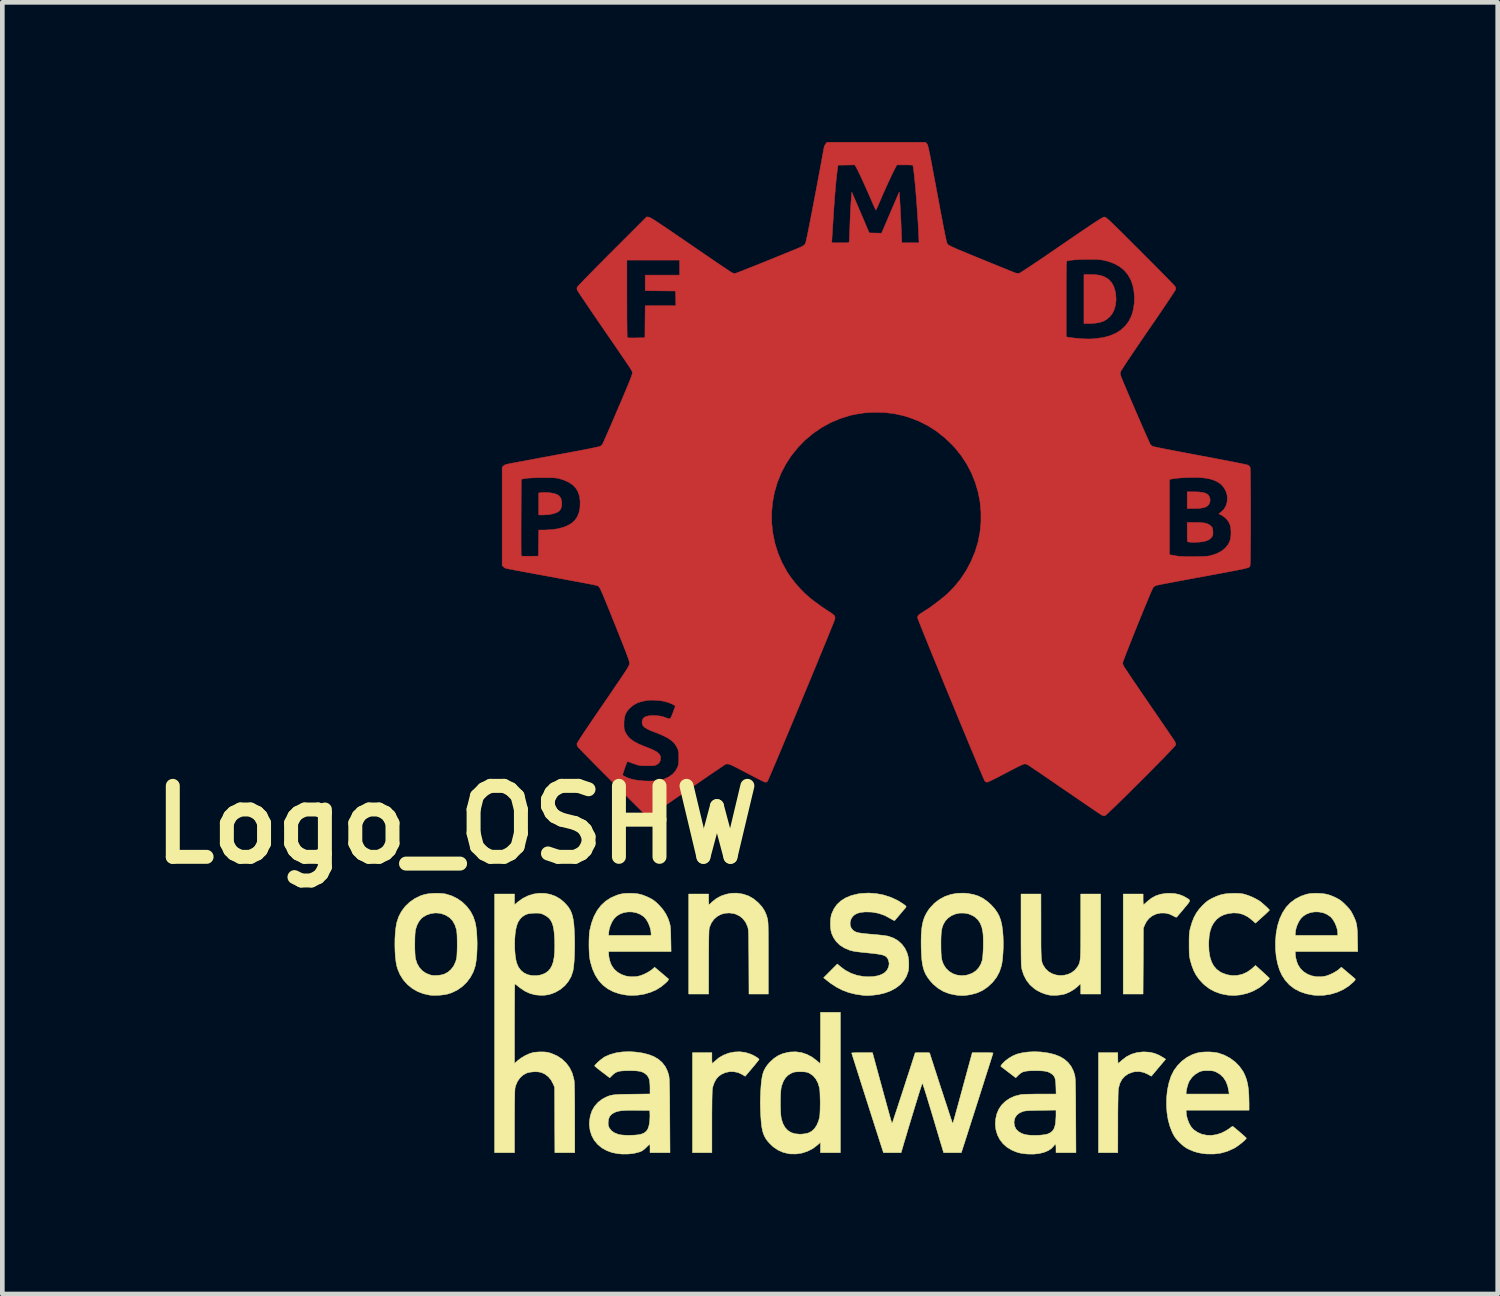
<source format=kicad_pcb>
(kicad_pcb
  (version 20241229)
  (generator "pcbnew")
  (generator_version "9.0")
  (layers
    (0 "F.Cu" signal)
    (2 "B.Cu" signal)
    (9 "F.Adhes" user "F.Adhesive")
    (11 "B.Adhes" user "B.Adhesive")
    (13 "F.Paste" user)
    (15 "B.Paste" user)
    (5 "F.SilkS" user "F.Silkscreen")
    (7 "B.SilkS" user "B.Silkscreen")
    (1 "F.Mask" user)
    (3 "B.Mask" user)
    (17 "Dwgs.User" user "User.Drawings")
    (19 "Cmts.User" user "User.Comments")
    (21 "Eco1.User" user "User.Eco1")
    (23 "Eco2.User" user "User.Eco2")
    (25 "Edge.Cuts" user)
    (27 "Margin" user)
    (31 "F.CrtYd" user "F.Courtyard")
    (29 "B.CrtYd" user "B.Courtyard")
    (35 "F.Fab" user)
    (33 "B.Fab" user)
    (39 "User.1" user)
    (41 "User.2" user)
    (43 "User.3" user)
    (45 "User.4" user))
  (footprint "Logo_OSHW"
    (layer "F.Cu")
    (at 15.756 10.858)
    (property "Reference" "Logo_OSHW" (at -9 3.8 0) (layer "F.SilkS") (effects (font (size 1.524 1.524) (thickness 0.3))))
    (attr through_hole)
    (fp_poly (pts (xy 6.928 -3.345) (xy 7.008 -3.336) (xy 7.07 -3.321) (xy 7.115 -3.298) (xy 7.137 -3.28) (xy 7.165 -3.234) (xy 7.177 -3.181) (xy 7.172 -3.126) (xy 7.151 -3.078) (xy 7.114 -3.041) (xy 7.074 -3.02) (xy 7.023 -3.005) (xy 6.958 -2.995) (xy 6.875 -2.991) (xy 6.823 -2.99) (xy 6.685 -2.99) (xy 6.685 -3.348) (xy 6.827 -3.348) (xy 6.928 -3.345)) (stroke (width 0.01) (type solid)) (fill yes) (layer "F.Cu"))
    (fp_poly (pts (xy -7.037 -3.331) (xy -6.969 -3.323) (xy -6.907 -3.311) (xy -6.858 -3.296) (xy -6.848 -3.291) (xy -6.799 -3.258) (xy -6.766 -3.214) (xy -6.749 -3.157) (xy -6.744 -3.115) (xy -6.747 -3.04) (xy -6.765 -2.981) (xy -6.8 -2.936) (xy -6.851 -2.903) (xy -6.929 -2.876) (xy -7.024 -2.859) (xy -7.132 -2.852) (xy -7.15 -2.852) (xy -7.239 -2.852) (xy -7.239 -3.323) (xy -7.166 -3.331) (xy -7.106 -3.334) (xy -7.037 -3.331)) (stroke (width 0.01) (type solid)) (fill yes) (layer "F.Cu"))
    (fp_poly (pts (xy 4.69 -8.011) (xy 4.763 -8.004) (xy 4.825 -7.993) (xy 4.881 -7.975) (xy 4.926 -7.955) (xy 5.002 -7.906) (xy 5.062 -7.84) (xy 5.108 -7.757) (xy 5.139 -7.657) (xy 5.15 -7.594) (xy 5.158 -7.476) (xy 5.147 -7.365) (xy 5.12 -7.264) (xy 5.076 -7.175) (xy 5.032 -7.118) (xy 4.97 -7.061) (xy 4.9 -7.018) (xy 4.817 -6.988) (xy 4.72 -6.97) (xy 4.606 -6.962) (xy 4.575 -6.962) (xy 4.468 -6.962) (xy 4.468 -8.013) (xy 4.599 -8.013) (xy 4.69 -8.011)) (stroke (width 0.01) (type solid)) (fill yes) (layer "F.Cu"))
    (fp_poly (pts (xy 6.948 -2.689) (xy 7.022 -2.683) (xy 7.08 -2.674) (xy 7.126 -2.658) (xy 7.164 -2.637) (xy 7.19 -2.616) (xy 7.213 -2.593) (xy 7.226 -2.573) (xy 7.233 -2.546) (xy 7.236 -2.505) (xy 7.237 -2.498) (xy 7.238 -2.452) (xy 7.235 -2.422) (xy 7.225 -2.397) (xy 7.214 -2.379) (xy 7.181 -2.341) (xy 7.137 -2.312) (xy 7.078 -2.291) (xy 7.035 -2.28) (xy 6.989 -2.273) (xy 6.929 -2.268) (xy 6.863 -2.265) (xy 6.799 -2.265) (xy 6.744 -2.267) (xy 6.711 -2.271) (xy 6.702 -2.273) (xy 6.695 -2.279) (xy 6.69 -2.29) (xy 6.687 -2.311) (xy 6.686 -2.344) (xy 6.685 -2.392) (xy 6.685 -2.46) (xy 6.685 -2.483) (xy 6.685 -2.69) (xy 6.856 -2.69) (xy 6.948 -2.689)) (stroke (width 0.01) (type solid)) (fill yes) (layer "F.Cu"))
    (fp_poly (pts (xy 1.091 -10.827) (xy 1.096 -10.822) (xy 1.101 -10.814) (xy 1.107 -10.804) (xy 1.112 -10.789) (xy 1.119 -10.768) (xy 1.126 -10.739) (xy 1.135 -10.702) (xy 1.145 -10.654) (xy 1.157 -10.594) (xy 1.172 -10.522) (xy 1.189 -10.434) (xy 1.208 -10.332) (xy 1.231 -10.211) (xy 1.257 -10.072) (xy 1.287 -9.914) (xy 1.317 -9.751) (xy 1.351 -9.571) (xy 1.38 -9.411) (xy 1.407 -9.272) (xy 1.43 -9.152) (xy 1.449 -9.048) (xy 1.467 -8.961) (xy 1.481 -8.888) (xy 1.494 -8.828) (xy 1.504 -8.78) (xy 1.513 -8.742) (xy 1.521 -8.713) (xy 1.527 -8.692) (xy 1.533 -8.678) (xy 1.538 -8.668) (xy 1.54 -8.665) (xy 1.548 -8.657) (xy 1.56 -8.648) (xy 1.578 -8.637) (xy 1.604 -8.623) (xy 1.639 -8.606) (xy 1.685 -8.586) (xy 1.742 -8.56) (xy 1.814 -8.53) (xy 1.901 -8.494) (xy 2.004 -8.451) (xy 2.126 -8.401) (xy 2.265 -8.344) (xy 2.386 -8.295) (xy 2.501 -8.247) (xy 2.61 -8.203) (xy 2.708 -8.163) (xy 2.796 -8.128) (xy 2.87 -8.097) (xy 2.93 -8.074) (xy 2.972 -8.057) (xy 2.996 -8.047) (xy 2.999 -8.046) (xy 3.038 -8.039) (xy 3.076 -8.04) (xy 3.093 -8.048) (xy 3.128 -8.069) (xy 3.181 -8.103) (xy 3.252 -8.149) (xy 3.34 -8.207) (xy 3.444 -8.277) (xy 3.565 -8.358) (xy 3.701 -8.451) (xy 3.852 -8.554) (xy 3.989 -8.648) (xy 4.14 -8.752) (xy 4.274 -8.843) (xy 4.391 -8.923) (xy 4.492 -8.991) (xy 4.579 -9.05) (xy 4.652 -9.099) (xy 4.714 -9.14) (xy 4.765 -9.173) (xy 4.806 -9.199) (xy 4.838 -9.218) (xy 4.863 -9.232) (xy 4.881 -9.241) (xy 4.895 -9.246) (xy 4.904 -9.248) (xy 4.905 -9.248) (xy 4.913 -9.247) (xy 4.922 -9.245) (xy 4.933 -9.239) (xy 4.947 -9.23) (xy 4.965 -9.216) (xy 4.988 -9.196) (xy 5.018 -9.169) (xy 5.055 -9.135) (xy 5.1 -9.091) (xy 5.155 -9.038) (xy 5.22 -8.974) (xy 5.297 -8.898) (xy 5.386 -8.809) (xy 5.489 -8.706) (xy 5.607 -8.589) (xy 5.678 -8.518) (xy 5.786 -8.409) (xy 5.89 -8.305) (xy 5.989 -8.206) (xy 6.08 -8.114) (xy 6.163 -8.029) (xy 6.237 -7.954) (xy 6.301 -7.889) (xy 6.353 -7.835) (xy 6.392 -7.794) (xy 6.417 -7.766) (xy 6.427 -7.754) (xy 6.438 -7.719) (xy 6.437 -7.693) (xy 6.43 -7.679) (xy 6.41 -7.648) (xy 6.379 -7.601) (xy 6.338 -7.538) (xy 6.288 -7.463) (xy 6.229 -7.375) (xy 6.163 -7.277) (xy 6.09 -7.17) (xy 6.012 -7.055) (xy 5.929 -6.934) (xy 5.851 -6.821) (xy 5.765 -6.695) (xy 5.682 -6.574) (xy 5.604 -6.459) (xy 5.531 -6.351) (xy 5.465 -6.253) (xy 5.406 -6.165) (xy 5.356 -6.089) (xy 5.315 -6.026) (xy 5.284 -5.978) (xy 5.264 -5.947) (xy 5.257 -5.934) (xy 5.249 -5.899) (xy 5.25 -5.868) (xy 5.258 -5.84) (xy 5.266 -5.817) (xy 5.283 -5.775) (xy 5.306 -5.718) (xy 5.336 -5.647) (xy 5.371 -5.564) (xy 5.41 -5.472) (xy 5.453 -5.372) (xy 5.498 -5.266) (xy 5.545 -5.158) (xy 5.592 -5.048) (xy 5.639 -4.94) (xy 5.685 -4.835) (xy 5.729 -4.734) (xy 5.769 -4.642) (xy 5.806 -4.559) (xy 5.838 -4.487) (xy 5.864 -4.43) (xy 5.883 -4.388) (xy 5.895 -4.365) (xy 5.898 -4.36) (xy 5.923 -4.338) (xy 5.947 -4.323) (xy 5.962 -4.319) (xy 5.999 -4.311) (xy 6.055 -4.299) (xy 6.129 -4.284) (xy 6.218 -4.266) (xy 6.322 -4.246) (xy 6.439 -4.223) (xy 6.566 -4.199) (xy 6.702 -4.173) (xy 6.847 -4.146) (xy 6.974 -4.122) (xy 7.136 -4.092) (xy 7.288 -4.063) (xy 7.429 -4.036) (xy 7.558 -4.011) (xy 7.673 -3.989) (xy 7.773 -3.969) (xy 7.857 -3.952) (xy 7.922 -3.938) (xy 7.968 -3.927) (xy 7.994 -3.92) (xy 7.998 -3.919) (xy 8.023 -3.894) (xy 8.036 -3.872) (xy 8.038 -3.855) (xy 8.04 -3.818) (xy 8.042 -3.761) (xy 8.043 -3.687) (xy 8.044 -3.599) (xy 8.045 -3.497) (xy 8.046 -3.385) (xy 8.047 -3.264) (xy 8.047 -3.136) (xy 8.047 -3.003) (xy 8.048 -2.868) (xy 8.047 -2.732) (xy 8.047 -2.597) (xy 8.047 -2.465) (xy 8.046 -2.339) (xy 8.045 -2.22) (xy 8.044 -2.11) (xy 8.043 -2.012) (xy 8.042 -1.927) (xy 8.04 -1.858) (xy 8.038 -1.806) (xy 8.036 -1.774) (xy 8.035 -1.763) (xy 8.032 -1.756) (xy 8.029 -1.749) (xy 8.027 -1.742) (xy 8.022 -1.736) (xy 8.014 -1.73) (xy 8.003 -1.724) (xy 7.985 -1.718) (xy 7.961 -1.711) (xy 7.929 -1.703) (xy 7.888 -1.693) (xy 7.836 -1.682) (xy 7.772 -1.669) (xy 7.696 -1.654) (xy 7.605 -1.637) (xy 7.499 -1.617) (xy 7.376 -1.594) (xy 7.235 -1.568) (xy 7.074 -1.538) (xy 6.893 -1.505) (xy 6.743 -1.477) (xy 6.619 -1.454) (xy 6.501 -1.432) (xy 6.391 -1.411) (xy 6.292 -1.392) (xy 6.204 -1.376) (xy 6.131 -1.361) (xy 6.075 -1.35) (xy 6.037 -1.342) (xy 6.02 -1.338) (xy 5.987 -1.322) (xy 5.956 -1.297) (xy 5.955 -1.296) (xy 5.947 -1.281) (xy 5.931 -1.246) (xy 5.908 -1.195) (xy 5.879 -1.128) (xy 5.846 -1.048) (xy 5.808 -0.956) (xy 5.766 -0.856) (xy 5.722 -0.749) (xy 5.677 -0.637) (xy 5.63 -0.523) (xy 5.584 -0.407) (xy 5.538 -0.293) (xy 5.494 -0.183) (xy 5.452 -0.078) (xy 5.414 0.02) (xy 5.379 0.107) (xy 5.35 0.183) (xy 5.327 0.245) (xy 5.31 0.291) (xy 5.301 0.32) (xy 5.299 0.327) (xy 5.304 0.351) (xy 5.314 0.383) (xy 5.315 0.384) (xy 5.324 0.399) (xy 5.345 0.432) (xy 5.377 0.481) (xy 5.419 0.544) (xy 5.47 0.62) (xy 5.529 0.708) (xy 5.596 0.805) (xy 5.668 0.912) (xy 5.745 1.025) (xy 5.827 1.144) (xy 5.864 1.199) (xy 5.947 1.32) (xy 6.027 1.436) (xy 6.102 1.546) (xy 6.172 1.648) (xy 6.235 1.74) (xy 6.291 1.822) (xy 6.338 1.892) (xy 6.376 1.947) (xy 6.403 1.987) (xy 6.418 2.011) (xy 6.421 2.015) (xy 6.438 2.059) (xy 6.437 2.087) (xy 6.428 2.1) (xy 6.404 2.128) (xy 6.366 2.17) (xy 6.315 2.223) (xy 6.254 2.287) (xy 6.184 2.36) (xy 6.105 2.44) (xy 6.02 2.527) (xy 5.93 2.618) (xy 5.836 2.713) (xy 5.739 2.81) (xy 5.642 2.907) (xy 5.545 3.003) (xy 5.451 3.097) (xy 5.359 3.188) (xy 5.272 3.273) (xy 5.192 3.352) (xy 5.119 3.422) (xy 5.055 3.483) (xy 5.002 3.534) (xy 4.96 3.572) (xy 4.932 3.596) (xy 4.918 3.606) (xy 4.918 3.606) (xy 4.886 3.606) (xy 4.86 3.598) (xy 4.846 3.59) (xy 4.814 3.569) (xy 4.766 3.538) (xy 4.704 3.496) (xy 4.629 3.445) (xy 4.542 3.386) (xy 4.446 3.32) (xy 4.34 3.248) (xy 4.228 3.171) (xy 4.11 3.09) (xy 4.06 3.056) (xy 3.94 2.974) (xy 3.825 2.895) (xy 3.716 2.82) (xy 3.616 2.752) (xy 3.525 2.689) (xy 3.444 2.635) (xy 3.376 2.589) (xy 3.322 2.552) (xy 3.284 2.527) (xy 3.262 2.513) (xy 3.259 2.511) (xy 3.223 2.498) (xy 3.192 2.494) (xy 3.171 2.5) (xy 3.13 2.517) (xy 3.069 2.545) (xy 2.99 2.585) (xy 2.892 2.636) (xy 2.789 2.69) (xy 2.698 2.738) (xy 2.615 2.781) (xy 2.541 2.818) (xy 2.48 2.848) (xy 2.432 2.87) (xy 2.401 2.883) (xy 2.389 2.886) (xy 2.36 2.879) (xy 2.342 2.866) (xy 2.334 2.852) (xy 2.319 2.818) (xy 2.296 2.766) (xy 2.266 2.696) (xy 2.23 2.611) (xy 2.188 2.511) (xy 2.141 2.398) (xy 2.089 2.274) (xy 2.032 2.139) (xy 1.973 1.995) (xy 1.91 1.844) (xy 1.844 1.686) (xy 1.777 1.524) (xy 1.709 1.358) (xy 1.64 1.19) (xy 1.57 1.022) (xy 1.501 0.854) (xy 1.433 0.689) (xy 1.367 0.527) (xy 1.303 0.37) (xy 1.241 0.219) (xy 1.182 0.075) (xy 1.128 -0.059) (xy 1.078 -0.183) (xy 1.032 -0.295) (xy 0.993 -0.394) (xy 0.959 -0.478) (xy 0.932 -0.547) (xy 0.912 -0.598) (xy 0.9 -0.63) (xy 0.896 -0.643) (xy 0.898 -0.665) (xy 0.904 -0.684) (xy 0.919 -0.702) (xy 0.945 -0.724) (xy 0.985 -0.75) (xy 1.038 -0.784) (xy 1.088 -0.816) (xy 1.137 -0.847) (xy 1.176 -0.874) (xy 1.196 -0.889) (xy 1.223 -0.91) (xy 1.264 -0.94) (xy 1.312 -0.976) (xy 1.359 -1.011) (xy 1.527 -1.148) (xy 1.681 -1.304) (xy 1.82 -1.476) (xy 1.944 -1.664) (xy 2.044 -1.853) (xy 2.13 -2.059) (xy 2.194 -2.269) (xy 2.236 -2.484) (xy 2.257 -2.7) (xy 2.257 -2.916) (xy 2.237 -3.131) (xy 2.195 -3.343) (xy 2.134 -3.55) (xy 2.109 -3.613) (xy 6.304 -3.613) (xy 6.304 -1.999) (xy 6.369 -1.986) (xy 6.426 -1.975) (xy 6.482 -1.967) (xy 6.542 -1.961) (xy 6.61 -1.957) (xy 6.69 -1.956) (xy 6.786 -1.956) (xy 6.852 -1.956) (xy 6.942 -1.958) (xy 7.012 -1.959) (xy 7.068 -1.962) (xy 7.112 -1.965) (xy 7.149 -1.97) (xy 7.182 -1.977) (xy 7.21 -1.984) (xy 7.325 -2.024) (xy 7.423 -2.076) (xy 7.503 -2.14) (xy 7.563 -2.215) (xy 7.598 -2.283) (xy 7.616 -2.349) (xy 7.625 -2.427) (xy 7.625 -2.509) (xy 7.617 -2.588) (xy 7.6 -2.654) (xy 7.599 -2.657) (xy 7.559 -2.729) (xy 7.501 -2.793) (xy 7.43 -2.842) (xy 7.42 -2.848) (xy 7.364 -2.876) (xy 7.409 -2.91) (xy 7.47 -2.968) (xy 7.513 -3.037) (xy 7.539 -3.115) (xy 7.548 -3.197) (xy 7.541 -3.28) (xy 7.516 -3.361) (xy 7.476 -3.436) (xy 7.419 -3.502) (xy 7.376 -3.536) (xy 7.304 -3.578) (xy 7.221 -3.611) (xy 7.126 -3.635) (xy 7.016 -3.65) (xy 6.888 -3.657) (xy 6.742 -3.656) (xy 6.731 -3.656) (xy 6.595 -3.65) (xy 6.482 -3.642) (xy 6.392 -3.631) (xy 6.33 -3.619) (xy 6.304 -3.613) (xy 2.109 -3.613) (xy 2.053 -3.751) (xy 1.952 -3.944) (xy 1.832 -4.127) (xy 1.693 -4.299) (xy 1.647 -4.349) (xy 1.481 -4.508) (xy 1.307 -4.646) (xy 1.124 -4.764) (xy 0.929 -4.863) (xy 0.722 -4.943) (xy 0.593 -4.982) (xy 0.394 -5.026) (xy 0.186 -5.051) (xy -0.026 -5.057) (xy -0.239 -5.044) (xy -0.446 -5.012) (xy -0.55 -4.989) (xy -0.765 -4.922) (xy -0.97 -4.835) (xy -1.165 -4.728) (xy -1.349 -4.602) (xy -1.52 -4.458) (xy -1.676 -4.298) (xy -1.817 -4.123) (xy -1.933 -3.944) (xy -2.036 -3.747) (xy -2.118 -3.542) (xy -2.179 -3.331) (xy -2.219 -3.116) (xy -2.238 -2.898) (xy -2.236 -2.68) (xy -2.213 -2.462) (xy -2.169 -2.248) (xy -2.104 -2.038) (xy -2.018 -1.834) (xy -1.912 -1.638) (xy -1.905 -1.626) (xy -1.825 -1.509) (xy -1.732 -1.39) (xy -1.631 -1.274) (xy -1.525 -1.166) (xy -1.42 -1.072) (xy -1.341 -1.01) (xy -1.294 -0.976) (xy -1.248 -0.943) (xy -1.21 -0.914) (xy -1.197 -0.904) (xy -1.168 -0.883) (xy -1.126 -0.855) (xy -1.075 -0.821) (xy -1.022 -0.787) (xy -1.019 -0.785) (xy -0.961 -0.747) (xy -0.92 -0.717) (xy -0.895 -0.693) (xy -0.881 -0.669) (xy -0.877 -0.644) (xy -0.88 -0.615) (xy -0.885 -0.599) (xy -0.899 -0.564) (xy -0.92 -0.51) (xy -0.949 -0.439) (xy -0.984 -0.353) (xy -1.024 -0.252) (xy -1.071 -0.139) (xy -1.122 -0.014) (xy -1.178 0.121) (xy -1.237 0.265) (xy -1.299 0.416) (xy -1.364 0.573) (xy -1.431 0.735) (xy -1.5 0.9) (xy -1.569 1.067) (xy -1.638 1.234) (xy -1.708 1.401) (xy -1.776 1.565) (xy -1.843 1.726) (xy -1.908 1.881) (xy -1.971 2.031) (xy -2.03 2.172) (xy -2.086 2.305) (xy -2.137 2.427) (xy -2.184 2.537) (xy -2.225 2.634) (xy -2.26 2.716) (xy -2.289 2.782) (xy -2.31 2.832) (xy -2.324 2.862) (xy -2.329 2.872) (xy -2.356 2.884) (xy -2.375 2.886) (xy -2.391 2.881) (xy -2.425 2.866) (xy -2.474 2.842) (xy -2.536 2.811) (xy -2.608 2.774) (xy -2.689 2.732) (xy -2.769 2.69) (xy -2.871 2.636) (xy -2.955 2.592) (xy -3.023 2.557) (xy -3.077 2.531) (xy -3.12 2.512) (xy -3.154 2.501) (xy -3.18 2.495) (xy -3.2 2.495) (xy -3.218 2.499) (xy -3.235 2.507) (xy -3.236 2.507) (xy -3.25 2.516) (xy -3.28 2.536) (xy -3.327 2.568) (xy -3.389 2.61) (xy -3.464 2.66) (xy -3.55 2.719) (xy -3.647 2.785) (xy -3.752 2.858) (xy -3.865 2.935) (xy -3.984 3.016) (xy -4.049 3.061) (xy -4.191 3.158) (xy -4.314 3.243) (xy -4.421 3.316) (xy -4.513 3.379) (xy -4.591 3.432) (xy -4.657 3.475) (xy -4.711 3.511) (xy -4.755 3.539) (xy -4.79 3.561) (xy -4.818 3.577) (xy -4.84 3.589) (xy -4.856 3.596) (xy -4.869 3.6) (xy -4.88 3.602) (xy -4.886 3.602) (xy -4.935 3.602) (xy -5.661 2.878) (xy -5.769 2.77) (xy -5.806 2.732) (xy -5.438 2.732) (xy -5.428 2.743) (xy -5.401 2.759) (xy -5.363 2.778) (xy -5.318 2.797) (xy -5.272 2.814) (xy -5.263 2.816) (xy -5.181 2.836) (xy -5.084 2.851) (xy -4.977 2.86) (xy -4.868 2.863) (xy -4.763 2.86) (xy -4.67 2.85) (xy -4.645 2.846) (xy -4.537 2.816) (xy -4.442 2.771) (xy -4.362 2.713) (xy -4.299 2.641) (xy -4.258 2.565) (xy -4.246 2.532) (xy -4.239 2.499) (xy -4.234 2.461) (xy -4.232 2.409) (xy -4.232 2.361) (xy -4.232 2.301) (xy -4.234 2.258) (xy -4.238 2.226) (xy -4.245 2.197) (xy -4.258 2.167) (xy -4.268 2.145) (xy -4.299 2.089) (xy -4.338 2.039) (xy -4.387 1.994) (xy -4.448 1.95) (xy -4.525 1.908) (xy -4.618 1.864) (xy -4.731 1.818) (xy -4.762 1.807) (xy -4.85 1.772) (xy -4.917 1.739) (xy -4.966 1.708) (xy -4.998 1.676) (xy -5.015 1.641) (xy -5.02 1.601) (xy -5.018 1.577) (xy -5.005 1.532) (xy -4.976 1.498) (xy -4.931 1.474) (xy -4.867 1.461) (xy -4.785 1.456) (xy -4.734 1.458) (xy -4.666 1.462) (xy -4.613 1.47) (xy -4.565 1.483) (xy -4.532 1.495) (xy -4.483 1.513) (xy -4.449 1.524) (xy -4.425 1.523) (xy -4.407 1.51) (xy -4.391 1.482) (xy -4.373 1.436) (xy -4.358 1.397) (xy -4.339 1.345) (xy -4.322 1.3) (xy -4.311 1.267) (xy -4.307 1.252) (xy -4.307 1.251) (xy -4.317 1.24) (xy -4.344 1.224) (xy -4.384 1.205) (xy -4.431 1.185) (xy -4.482 1.168) (xy -4.5 1.162) (xy -4.587 1.142) (xy -4.686 1.13) (xy -4.786 1.124) (xy -4.879 1.127) (xy -4.905 1.13) (xy -5.022 1.152) (xy -5.122 1.185) (xy -5.208 1.233) (xy -5.282 1.295) (xy -5.305 1.318) (xy -5.35 1.376) (xy -5.381 1.437) (xy -5.399 1.506) (xy -5.408 1.589) (xy -5.408 1.628) (xy -5.408 1.685) (xy -5.406 1.727) (xy -5.4 1.759) (xy -5.39 1.789) (xy -5.378 1.816) (xy -5.344 1.875) (xy -5.302 1.928) (xy -5.248 1.976) (xy -5.179 2.021) (xy -5.094 2.066) (xy -4.99 2.11) (xy -4.93 2.133) (xy -4.836 2.171) (xy -4.762 2.204) (xy -4.706 2.236) (xy -4.666 2.267) (xy -4.64 2.299) (xy -4.625 2.334) (xy -4.622 2.352) (xy -4.624 2.411) (xy -4.647 2.462) (xy -4.69 2.501) (xy -4.701 2.508) (xy -4.723 2.518) (xy -4.745 2.526) (xy -4.772 2.53) (xy -4.808 2.533) (xy -4.859 2.534) (xy -4.913 2.534) (xy -4.978 2.533) (xy -5.027 2.531) (xy -5.066 2.527) (xy -5.101 2.521) (xy -5.139 2.51) (xy -5.185 2.494) (xy -5.19 2.492) (xy -5.239 2.475) (xy -5.282 2.459) (xy -5.312 2.448) (xy -5.322 2.444) (xy -5.331 2.445) (xy -5.342 2.458) (xy -5.355 2.485) (xy -5.372 2.53) (xy -5.389 2.578) (xy -5.407 2.632) (xy -5.423 2.679) (xy -5.433 2.713) (xy -5.438 2.731) (xy -5.438 2.732) (xy -5.806 2.732) (xy -5.872 2.666) (xy -5.97 2.568) (xy -6.061 2.476) (xy -6.143 2.392) (xy -6.217 2.317) (xy -6.28 2.253) (xy -6.331 2.2) (xy -6.37 2.159) (xy -6.394 2.133) (xy -6.403 2.122) (xy -6.415 2.09) (xy -6.419 2.063) (xy -6.413 2.048) (xy -6.393 2.015) (xy -6.361 1.964) (xy -6.316 1.895) (xy -6.26 1.809) (xy -6.191 1.707) (xy -6.112 1.59) (xy -6.021 1.456) (xy -5.92 1.308) (xy -5.857 1.217) (xy -5.758 1.072) (xy -5.671 0.945) (xy -5.596 0.834) (xy -5.531 0.739) (xy -5.476 0.658) (xy -5.43 0.589) (xy -5.392 0.532) (xy -5.362 0.485) (xy -5.338 0.448) (xy -5.321 0.417) (xy -5.308 0.394) (xy -5.299 0.375) (xy -5.294 0.361) (xy -5.291 0.349) (xy -5.29 0.344) (xy -5.29 0.332) (xy -5.291 0.319) (xy -5.294 0.301) (xy -5.3 0.278) (xy -5.309 0.249) (xy -5.322 0.211) (xy -5.34 0.163) (xy -5.362 0.103) (xy -5.39 0.031) (xy -5.424 -0.056) (xy -5.465 -0.158) (xy -5.513 -0.279) (xy -5.568 -0.418) (xy -5.599 -0.496) (xy -5.661 -0.649) (xy -5.714 -0.783) (xy -5.761 -0.897) (xy -5.801 -0.995) (xy -5.834 -1.076) (xy -5.862 -1.142) (xy -5.886 -1.196) (xy -5.904 -1.237) (xy -5.92 -1.268) (xy -5.932 -1.289) (xy -5.941 -1.303) (xy -5.947 -1.31) (xy -5.953 -1.315) (xy -5.957 -1.319) (xy -5.962 -1.323) (xy -5.968 -1.327) (xy -5.978 -1.331) (xy -5.992 -1.336) (xy -6.011 -1.341) (xy -6.039 -1.347) (xy -6.074 -1.355) (xy -6.12 -1.364) (xy -6.178 -1.375) (xy -6.249 -1.389) (xy -6.333 -1.405) (xy -6.434 -1.423) (xy -6.552 -1.445) (xy -6.688 -1.471) (xy -6.844 -1.5) (xy -7.008 -1.53) (xy -7.15 -1.556) (xy -7.286 -1.581) (xy -7.414 -1.605) (xy -7.532 -1.627) (xy -7.639 -1.647) (xy -7.732 -1.664) (xy -7.811 -1.679) (xy -7.873 -1.69) (xy -7.916 -1.699) (xy -7.939 -1.703) (xy -7.941 -1.704) (xy -7.969 -1.716) (xy -7.996 -1.737) (xy -7.996 -1.738) (xy -8.024 -1.765) (xy -8.024 -2.421) (xy -7.618 -2.421) (xy -7.618 -2.312) (xy -7.618 -2.214) (xy -7.617 -2.131) (xy -7.617 -2.064) (xy -7.616 -2.014) (xy -7.615 -1.985) (xy -7.615 -1.977) (xy -7.607 -1.971) (xy -7.587 -1.967) (xy -7.551 -1.965) (xy -7.498 -1.965) (xy -7.427 -1.965) (xy -7.245 -1.968) (xy -7.242 -2.248) (xy -7.239 -2.528) (xy -7.109 -2.528) (xy -6.967 -2.535) (xy -6.836 -2.553) (xy -6.718 -2.583) (xy -6.615 -2.624) (xy -6.529 -2.675) (xy -6.464 -2.734) (xy -6.413 -2.807) (xy -6.376 -2.895) (xy -6.355 -2.99) (xy -6.353 -3.008) (xy -6.349 -3.135) (xy -6.361 -3.246) (xy -6.392 -3.343) (xy -6.441 -3.426) (xy -6.508 -3.496) (xy -6.595 -3.555) (xy -6.702 -3.602) (xy -6.783 -3.627) (xy -6.815 -3.636) (xy -6.845 -3.642) (xy -6.877 -3.646) (xy -6.916 -3.649) (xy -6.965 -3.651) (xy -7.027 -3.652) (xy -7.107 -3.652) (xy -7.152 -3.652) (xy -7.269 -3.651) (xy -7.369 -3.648) (xy -7.449 -3.643) (xy -7.509 -3.637) (xy -7.522 -3.635) (xy -7.614 -3.619) (xy -7.617 -2.806) (xy -7.618 -2.67) (xy -7.618 -2.542) (xy -7.618 -2.421) (xy -8.024 -2.421) (xy -8.024 -3.876) (xy -7.995 -3.905) (xy -7.977 -3.919) (xy -7.952 -3.931) (xy -7.914 -3.942) (xy -7.859 -3.953) (xy -7.837 -3.958) (xy -7.697 -3.984) (xy -7.538 -4.013) (xy -7.361 -4.046) (xy -7.169 -4.082) (xy -6.964 -4.12) (xy -6.749 -4.16) (xy -6.527 -4.201) (xy -6.519 -4.203) (xy -6.406 -4.224) (xy -6.3 -4.244) (xy -6.203 -4.263) (xy -6.116 -4.281) (xy -6.042 -4.296) (xy -5.984 -4.309) (xy -5.943 -4.318) (xy -5.922 -4.324) (xy -5.921 -4.325) (xy -5.891 -4.346) (xy -5.871 -4.369) (xy -5.863 -4.384) (xy -5.847 -4.418) (xy -5.824 -4.47) (xy -5.794 -4.538) (xy -5.758 -4.62) (xy -5.717 -4.714) (xy -5.672 -4.818) (xy -5.623 -4.931) (xy -5.572 -5.051) (xy -5.542 -5.122) (xy -5.476 -5.274) (xy -5.42 -5.407) (xy -5.372 -5.521) (xy -5.332 -5.617) (xy -5.299 -5.697) (xy -5.273 -5.762) (xy -5.254 -5.813) (xy -5.241 -5.851) (xy -5.233 -5.877) (xy -5.23 -5.893) (xy -5.23 -5.894) (xy -5.23 -5.902) (xy -5.229 -5.908) (xy -5.229 -5.914) (xy -5.23 -5.921) (xy -5.233 -5.931) (xy -5.239 -5.943) (xy -5.248 -5.96) (xy -5.261 -5.982) (xy -5.28 -6.012) (xy -5.304 -6.049) (xy -5.335 -6.095) (xy -5.373 -6.151) (xy -5.419 -6.218) (xy -5.473 -6.298) (xy -5.538 -6.392) (xy -5.612 -6.501) (xy -5.697 -6.625) (xy -5.795 -6.767) (xy -5.869 -6.875) (xy -5.952 -6.996) (xy -6.031 -7.111) (xy -6.105 -7.22) (xy -6.173 -7.321) (xy -6.235 -7.412) (xy -6.289 -7.492) (xy -6.335 -7.56) (xy -6.371 -7.614) (xy -6.396 -7.653) (xy -6.41 -7.675) (xy -6.412 -7.679) (xy -6.418 -7.712) (xy -6.416 -7.736) (xy -6.406 -7.749) (xy -6.382 -7.777) (xy -6.343 -7.818) (xy -6.29 -7.874) (xy -6.225 -7.941) (xy -6.148 -8.02) (xy -6.061 -8.108) (xy -5.965 -8.206) (xy -5.859 -8.312) (xy -5.847 -8.324) (xy -5.346 -8.324) (xy -5.346 -7.495) (xy -5.345 -7.359) (xy -5.345 -7.229) (xy -5.345 -7.108) (xy -5.344 -6.998) (xy -5.343 -6.899) (xy -5.342 -6.815) (xy -5.341 -6.747) (xy -5.34 -6.697) (xy -5.339 -6.667) (xy -5.338 -6.658) (xy -5.324 -6.655) (xy -5.291 -6.653) (xy -5.244 -6.652) (xy -5.185 -6.652) (xy -5.144 -6.653) (xy -4.959 -6.656) (xy -4.953 -7.343) (xy -4.294 -7.343) (xy -4.297 -7.488) (xy 4.087 -7.488) (xy 4.087 -6.676) (xy 4.113 -6.67) (xy 4.14 -6.665) (xy 4.184 -6.659) (xy 4.239 -6.652) (xy 4.298 -6.646) (xy 4.355 -6.64) (xy 4.404 -6.636) (xy 4.422 -6.635) (xy 4.496 -6.631) (xy 4.555 -6.63) (xy 4.608 -6.63) (xy 4.663 -6.633) (xy 4.728 -6.639) (xy 4.887 -6.661) (xy 5.029 -6.7) (xy 5.155 -6.754) (xy 5.264 -6.824) (xy 5.356 -6.909) (xy 5.431 -7.009) (xy 5.488 -7.125) (xy 5.496 -7.146) (xy 5.529 -7.263) (xy 5.547 -7.39) (xy 5.552 -7.521) (xy 5.542 -7.652) (xy 5.518 -7.775) (xy 5.48 -7.886) (xy 5.474 -7.9) (xy 5.413 -8.009) (xy 5.335 -8.102) (xy 5.241 -8.18) (xy 5.129 -8.244) (xy 5 -8.293) (xy 4.907 -8.317) (xy 4.864 -8.325) (xy 4.821 -8.331) (xy 4.775 -8.336) (xy 4.721 -8.338) (xy 4.653 -8.34) (xy 4.567 -8.34) (xy 4.56 -8.34) (xy 4.45 -8.338) (xy 4.348 -8.334) (xy 4.257 -8.328) (xy 4.182 -8.32) (xy 4.125 -8.31) (xy 4.107 -8.306) (xy 4.103 -8.303) (xy 4.1 -8.298) (xy 4.097 -8.288) (xy 4.095 -8.272) (xy 4.093 -8.249) (xy 4.091 -8.216) (xy 4.09 -8.172) (xy 4.089 -8.115) (xy 4.088 -8.044) (xy 4.088 -7.958) (xy 4.087 -7.854) (xy 4.087 -7.731) (xy 4.087 -7.588) (xy 4.087 -7.488) (xy -4.297 -7.488) (xy -4.301 -7.66) (xy -4.627 -7.663) (xy -4.953 -7.667) (xy -4.953 -8.001) (xy -4.214 -8.001) (xy -4.214 -8.324) (xy -5.346 -8.324) (xy -5.847 -8.324) (xy -5.747 -8.426) (xy -5.665 -8.507) (xy -4.921 -9.251) (xy -4.876 -9.246) (xy -4.866 -9.243) (xy -4.849 -9.236) (xy -4.826 -9.223) (xy -4.794 -9.205) (xy -4.754 -9.18) (xy -4.703 -9.147) (xy -4.642 -9.106) (xy -4.568 -9.057) (xy -4.48 -8.998) (xy -4.378 -8.929) (xy -4.261 -8.848) (xy -4.126 -8.756) (xy -3.977 -8.654) (xy -3.851 -8.567) (xy -3.729 -8.484) (xy -3.613 -8.405) (xy -3.506 -8.331) (xy -3.407 -8.264) (xy -3.319 -8.205) (xy -3.243 -8.154) (xy -3.18 -8.112) (xy -3.132 -8.08) (xy -3.1 -8.059) (xy -3.086 -8.051) (xy -3.053 -8.04) (xy -3.024 -8.036) (xy -3.024 -8.036) (xy -3.01 -8.04) (xy -2.977 -8.052) (xy -2.927 -8.071) (xy -2.862 -8.096) (xy -2.785 -8.127) (xy -2.697 -8.162) (xy -2.6 -8.2) (xy -2.498 -8.241) (xy -2.391 -8.284) (xy -2.283 -8.328) (xy -2.175 -8.372) (xy -2.069 -8.415) (xy -1.968 -8.456) (xy -1.873 -8.494) (xy -1.788 -8.53) (xy -1.714 -8.56) (xy -1.653 -8.586) (xy -1.608 -8.605) (xy -1.585 -8.616) (xy -1.549 -8.638) (xy -1.52 -8.666) (xy -1.514 -8.675) (xy -1.508 -8.692) (xy -1.507 -8.694) (xy -0.948 -8.694) (xy -0.763 -8.694) (xy -0.694 -8.694) (xy -0.644 -8.694) (xy -0.611 -8.696) (xy -0.591 -8.699) (xy -0.58 -8.704) (xy -0.575 -8.711) (xy -0.572 -8.72) (xy -0.57 -8.739) (xy -0.568 -8.777) (xy -0.566 -8.831) (xy -0.563 -8.896) (xy -0.561 -8.968) (xy -0.56 -8.988) (xy -0.556 -9.108) (xy -0.551 -9.23) (xy -0.546 -9.352) (xy -0.54 -9.467) (xy -0.533 -9.571) (xy -0.527 -9.659) (xy -0.524 -9.697) (xy -0.517 -9.782) (xy -0.329 -9.345) (xy -0.142 -8.907) (xy 0.123 -8.901) (xy 0.312 -9.343) (xy 0.502 -9.785) (xy 0.51 -9.679) (xy 0.514 -9.612) (xy 0.519 -9.526) (xy 0.525 -9.427) (xy 0.53 -9.32) (xy 0.536 -9.208) (xy 0.541 -9.098) (xy 0.545 -8.993) (xy 0.549 -8.899) (xy 0.549 -8.893) (xy 0.557 -8.694) (xy 0.927 -8.694) (xy 0.919 -8.87) (xy 0.914 -8.987) (xy 0.907 -9.114) (xy 0.898 -9.249) (xy 0.889 -9.387) (xy 0.879 -9.526) (xy 0.868 -9.663) (xy 0.858 -9.795) (xy 0.847 -9.919) (xy 0.836 -10.032) (xy 0.826 -10.131) (xy 0.817 -10.214) (xy 0.808 -10.276) (xy 0.808 -10.281) (xy 0.802 -10.319) (xy 0.798 -10.348) (xy 0.797 -10.359) (xy 0.786 -10.362) (xy 0.756 -10.365) (xy 0.711 -10.367) (xy 0.655 -10.368) (xy 0.624 -10.368) (xy 0.452 -10.368) (xy 0.425 -10.319) (xy 0.402 -10.276) (xy 0.372 -10.215) (xy 0.336 -10.14) (xy 0.296 -10.055) (xy 0.253 -9.962) (xy 0.21 -9.867) (xy 0.167 -9.772) (xy 0.127 -9.68) (xy 0.109 -9.638) (xy 0.079 -9.569) (xy 0.053 -9.508) (xy 0.03 -9.457) (xy 0.013 -9.421) (xy 0.003 -9.401) (xy 0.000467 -9.398) (xy -0.006 -9.408) (xy -0.019 -9.437) (xy -0.04 -9.48) (xy -0.065 -9.536) (xy -0.093 -9.601) (xy -0.109 -9.638) (xy -0.151 -9.736) (xy -0.196 -9.836) (xy -0.24 -9.935) (xy -0.283 -10.029) (xy -0.323 -10.116) (xy -0.359 -10.192) (xy -0.39 -10.255) (xy -0.414 -10.301) (xy -0.423 -10.318) (xy -0.453 -10.368) (xy -0.633 -10.365) (xy -0.814 -10.362) (xy -0.834 -10.206) (xy -0.844 -10.115) (xy -0.856 -10.004) (xy -0.867 -9.877) (xy -0.879 -9.74) (xy -0.89 -9.594) (xy -0.901 -9.444) (xy -0.911 -9.295) (xy -0.917 -9.196) (xy -0.922 -9.108) (xy -0.928 -9.023) (xy -0.932 -8.943) (xy -0.937 -8.874) (xy -0.94 -8.821) (xy -0.942 -8.795) (xy -0.948 -8.694) (xy -1.507 -8.694) (xy -1.499 -8.73) (xy -1.486 -8.788) (xy -1.469 -8.866) (xy -1.45 -8.96) (xy -1.428 -9.071) (xy -1.403 -9.197) (xy -1.376 -9.337) (xy -1.347 -9.488) (xy -1.316 -9.651) (xy -1.283 -9.824) (xy -1.249 -10.005) (xy -1.214 -10.192) (xy -1.178 -10.386) (xy -1.142 -10.584) (xy -1.112 -10.747) (xy -1.1 -10.782) (xy -1.079 -10.817) (xy -1.077 -10.819) (xy -1.049 -10.853) (xy 1.061 -10.853) (xy 1.091 -10.827)) (stroke (width 0.01) (type solid)) (fill yes) (layer "F.Cu"))
    (fp_circle (center -6.9 -2.8) (end -7 -2.8) (stroke (width 2) (type solid)) (fill no) (layer "F.Mask"))
    (fp_circle (center -4.8 -7.5) (end -4.9 -7.5) (stroke (width 2) (type solid)) (fill no) (layer "F.Mask"))
    (fp_circle (center -4.8 2) (end -4.9 2) (stroke (width 2) (type solid)) (fill no) (layer "F.Mask"))
    (fp_circle (center 0 -9.7) (end -0.1 -9.7) (stroke (width 2) (type solid)) (fill no) (layer "F.Mask"))
    (fp_circle (center 0 -8.8) (end -0.1 -8.8) (stroke (width 2) (type solid)) (fill no) (layer "F.Mask"))
    (fp_circle (center 4.6 -7.5) (end 4.5 -7.5) (stroke (width 2) (type solid)) (fill no) (layer "F.Mask"))
    (fp_circle (center 6.9 -2.8) (end 6.8 -2.8) (stroke (width 2) (type solid)) (fill no) (layer "F.Mask"))
    (fp_poly (pts (xy 1.091 -10.827) (xy 1.096 -10.822) (xy 1.101 -10.814) (xy 1.107 -10.804) (xy 1.112 -10.789) (xy 1.119 -10.768) (xy 1.126 -10.739) (xy 1.135 -10.702) (xy 1.145 -10.654) (xy 1.157 -10.594) (xy 1.172 -10.522) (xy 1.189 -10.434) (xy 1.208 -10.332) (xy 1.231 -10.211) (xy 1.257 -10.072) (xy 1.287 -9.914) (xy 1.317 -9.751) (xy 1.351 -9.571) (xy 1.38 -9.411) (xy 1.407 -9.272) (xy 1.43 -9.152) (xy 1.449 -9.048) (xy 1.467 -8.961) (xy 1.481 -8.888) (xy 1.494 -8.828) (xy 1.504 -8.78) (xy 1.513 -8.742) (xy 1.521 -8.713) (xy 1.527 -8.692) (xy 1.533 -8.678) (xy 1.538 -8.668) (xy 1.54 -8.665) (xy 1.548 -8.657) (xy 1.56 -8.648) (xy 1.578 -8.637) (xy 1.604 -8.623) (xy 1.639 -8.606) (xy 1.685 -8.586) (xy 1.742 -8.56) (xy 1.814 -8.53) (xy 1.901 -8.494) (xy 2.004 -8.451) (xy 2.126 -8.401) (xy 2.265 -8.344) (xy 2.386 -8.295) (xy 2.501 -8.247) (xy 2.61 -8.203) (xy 2.708 -8.163) (xy 2.796 -8.128) (xy 2.87 -8.097) (xy 2.93 -8.074) (xy 2.972 -8.057) (xy 2.996 -8.047) (xy 2.999 -8.046) (xy 3.038 -8.039) (xy 3.076 -8.04) (xy 3.093 -8.048) (xy 3.128 -8.069) (xy 3.181 -8.103) (xy 3.252 -8.149) (xy 3.34 -8.207) (xy 3.444 -8.277) (xy 3.565 -8.358) (xy 3.701 -8.451) (xy 3.852 -8.554) (xy 3.989 -8.648) (xy 4.14 -8.752) (xy 4.274 -8.843) (xy 4.391 -8.923) (xy 4.492 -8.991) (xy 4.579 -9.05) (xy 4.652 -9.099) (xy 4.714 -9.14) (xy 4.765 -9.173) (xy 4.806 -9.199) (xy 4.838 -9.218) (xy 4.863 -9.232) (xy 4.881 -9.241) (xy 4.895 -9.246) (xy 4.904 -9.248) (xy 4.905 -9.248) (xy 4.913 -9.247) (xy 4.922 -9.245) (xy 4.933 -9.239) (xy 4.947 -9.23) (xy 4.965 -9.216) (xy 4.988 -9.196) (xy 5.018 -9.169) (xy 5.055 -9.135) (xy 5.1 -9.091) (xy 5.155 -9.038) (xy 5.22 -8.974) (xy 5.297 -8.898) (xy 5.386 -8.809) (xy 5.489 -8.706) (xy 5.607 -8.589) (xy 5.678 -8.518) (xy 5.786 -8.409) (xy 5.89 -8.305) (xy 5.989 -8.206) (xy 6.08 -8.114) (xy 6.163 -8.029) (xy 6.237 -7.954) (xy 6.301 -7.889) (xy 6.353 -7.835) (xy 6.392 -7.794) (xy 6.417 -7.766) (xy 6.427 -7.754) (xy 6.438 -7.719) (xy 6.437 -7.693) (xy 6.43 -7.679) (xy 6.41 -7.648) (xy 6.379 -7.601) (xy 6.338 -7.538) (xy 6.288 -7.463) (xy 6.229 -7.375) (xy 6.163 -7.277) (xy 6.09 -7.17) (xy 6.012 -7.055) (xy 5.929 -6.934) (xy 5.851 -6.821) (xy 5.765 -6.695) (xy 5.682 -6.574) (xy 5.604 -6.459) (xy 5.531 -6.351) (xy 5.465 -6.253) (xy 5.406 -6.165) (xy 5.356 -6.089) (xy 5.315 -6.026) (xy 5.284 -5.978) (xy 5.264 -5.947) (xy 5.257 -5.934) (xy 5.249 -5.899) (xy 5.25 -5.868) (xy 5.258 -5.84) (xy 5.266 -5.817) (xy 5.283 -5.775) (xy 5.306 -5.718) (xy 5.336 -5.647) (xy 5.371 -5.564) (xy 5.41 -5.472) (xy 5.453 -5.372) (xy 5.498 -5.266) (xy 5.545 -5.158) (xy 5.592 -5.048) (xy 5.639 -4.94) (xy 5.685 -4.835) (xy 5.729 -4.734) (xy 5.769 -4.642) (xy 5.806 -4.559) (xy 5.838 -4.487) (xy 5.864 -4.43) (xy 5.883 -4.388) (xy 5.895 -4.365) (xy 5.898 -4.36) (xy 5.923 -4.338) (xy 5.947 -4.323) (xy 5.962 -4.319) (xy 5.999 -4.311) (xy 6.055 -4.299) (xy 6.129 -4.284) (xy 6.218 -4.266) (xy 6.322 -4.246) (xy 6.439 -4.223) (xy 6.566 -4.199) (xy 6.702 -4.173) (xy 6.847 -4.146) (xy 6.974 -4.122) (xy 7.136 -4.092) (xy 7.288 -4.063) (xy 7.429 -4.036) (xy 7.558 -4.011) (xy 7.673 -3.989) (xy 7.773 -3.969) (xy 7.857 -3.952) (xy 7.922 -3.938) (xy 7.968 -3.927) (xy 7.994 -3.92) (xy 7.998 -3.919) (xy 8.023 -3.894) (xy 8.036 -3.872) (xy 8.038 -3.855) (xy 8.04 -3.818) (xy 8.042 -3.761) (xy 8.043 -3.687) (xy 8.044 -3.599) (xy 8.045 -3.497) (xy 8.046 -3.385) (xy 8.047 -3.264) (xy 8.047 -3.136) (xy 8.047 -3.003) (xy 8.048 -2.868) (xy 8.047 -2.732) (xy 8.047 -2.597) (xy 8.047 -2.465) (xy 8.046 -2.339) (xy 8.045 -2.22) (xy 8.044 -2.11) (xy 8.043 -2.012) (xy 8.042 -1.927) (xy 8.04 -1.858) (xy 8.038 -1.806) (xy 8.036 -1.774) (xy 8.035 -1.763) (xy 8.032 -1.756) (xy 8.029 -1.749) (xy 8.027 -1.742) (xy 8.022 -1.736) (xy 8.014 -1.73) (xy 8.003 -1.724) (xy 7.985 -1.718) (xy 7.961 -1.711) (xy 7.929 -1.703) (xy 7.888 -1.693) (xy 7.836 -1.682) (xy 7.772 -1.669) (xy 7.696 -1.654) (xy 7.605 -1.637) (xy 7.499 -1.617) (xy 7.376 -1.594) (xy 7.235 -1.568) (xy 7.074 -1.538) (xy 6.893 -1.505) (xy 6.743 -1.477) (xy 6.619 -1.454) (xy 6.501 -1.432) (xy 6.391 -1.411) (xy 6.292 -1.392) (xy 6.204 -1.376) (xy 6.131 -1.361) (xy 6.075 -1.35) (xy 6.037 -1.342) (xy 6.02 -1.338) (xy 5.987 -1.322) (xy 5.956 -1.297) (xy 5.955 -1.296) (xy 5.947 -1.281) (xy 5.931 -1.246) (xy 5.908 -1.195) (xy 5.879 -1.128) (xy 5.846 -1.048) (xy 5.808 -0.956) (xy 5.766 -0.856) (xy 5.722 -0.749) (xy 5.677 -0.637) (xy 5.63 -0.523) (xy 5.584 -0.407) (xy 5.538 -0.293) (xy 5.494 -0.183) (xy 5.452 -0.078) (xy 5.414 0.02) (xy 5.379 0.107) (xy 5.35 0.183) (xy 5.327 0.245) (xy 5.31 0.291) (xy 5.301 0.32) (xy 5.299 0.327) (xy 5.304 0.351) (xy 5.314 0.383) (xy 5.315 0.384) (xy 5.324 0.399) (xy 5.345 0.432) (xy 5.377 0.481) (xy 5.419 0.544) (xy 5.47 0.62) (xy 5.529 0.708) (xy 5.596 0.805) (xy 5.668 0.912) (xy 5.745 1.025) (xy 5.827 1.144) (xy 5.864 1.199) (xy 5.947 1.32) (xy 6.027 1.436) (xy 6.102 1.546) (xy 6.172 1.648) (xy 6.235 1.74) (xy 6.291 1.822) (xy 6.338 1.892) (xy 6.376 1.947) (xy 6.403 1.987) (xy 6.418 2.011) (xy 6.421 2.015) (xy 6.438 2.059) (xy 6.437 2.087) (xy 6.428 2.1) (xy 6.404 2.128) (xy 6.366 2.17) (xy 6.315 2.223) (xy 6.254 2.287) (xy 6.184 2.36) (xy 6.105 2.44) (xy 6.02 2.527) (xy 5.93 2.618) (xy 5.836 2.713) (xy 5.739 2.81) (xy 5.642 2.907) (xy 5.545 3.003) (xy 5.451 3.097) (xy 5.359 3.188) (xy 5.272 3.273) (xy 5.192 3.352) (xy 5.119 3.422) (xy 5.055 3.483) (xy 5.002 3.534) (xy 4.96 3.572) (xy 4.932 3.596) (xy 4.918 3.606) (xy 4.918 3.606) (xy 4.886 3.606) (xy 4.86 3.598) (xy 4.846 3.59) (xy 4.814 3.569) (xy 4.766 3.538) (xy 4.704 3.496) (xy 4.629 3.445) (xy 4.542 3.386) (xy 4.446 3.32) (xy 4.34 3.248) (xy 4.228 3.171) (xy 4.11 3.09) (xy 4.06 3.056) (xy 3.94 2.974) (xy 3.825 2.895) (xy 3.716 2.82) (xy 3.616 2.752) (xy 3.525 2.689) (xy 3.444 2.635) (xy 3.376 2.589) (xy 3.322 2.552) (xy 3.284 2.527) (xy 3.262 2.513) (xy 3.259 2.511) (xy 3.223 2.498) (xy 3.192 2.494) (xy 3.171 2.5) (xy 3.13 2.517) (xy 3.069 2.545) (xy 2.99 2.585) (xy 2.892 2.636) (xy 2.789 2.69) (xy 2.698 2.738) (xy 2.615 2.781) (xy 2.541 2.818) (xy 2.48 2.848) (xy 2.432 2.87) (xy 2.401 2.883) (xy 2.389 2.886) (xy 2.36 2.879) (xy 2.342 2.866) (xy 2.334 2.852) (xy 2.319 2.818) (xy 2.296 2.766) (xy 2.266 2.696) (xy 2.23 2.611) (xy 2.188 2.511) (xy 2.141 2.398) (xy 2.089 2.274) (xy 2.032 2.139) (xy 1.973 1.995) (xy 1.91 1.844) (xy 1.844 1.686) (xy 1.777 1.524) (xy 1.709 1.358) (xy 1.64 1.19) (xy 1.57 1.022) (xy 1.501 0.854) (xy 1.433 0.689) (xy 1.367 0.527) (xy 1.303 0.37) (xy 1.241 0.219) (xy 1.182 0.075) (xy 1.128 -0.059) (xy 1.078 -0.183) (xy 1.032 -0.295) (xy 0.993 -0.394) (xy 0.959 -0.478) (xy 0.932 -0.547) (xy 0.912 -0.598) (xy 0.9 -0.63) (xy 0.896 -0.643) (xy 0.898 -0.665) (xy 0.904 -0.684) (xy 0.919 -0.702) (xy 0.945 -0.724) (xy 0.985 -0.75) (xy 1.038 -0.784) (xy 1.088 -0.816) (xy 1.137 -0.847) (xy 1.176 -0.874) (xy 1.196 -0.889) (xy 1.223 -0.91) (xy 1.264 -0.94) (xy 1.312 -0.976) (xy 1.359 -1.011) (xy 1.527 -1.148) (xy 1.681 -1.304) (xy 1.82 -1.476) (xy 1.944 -1.664) (xy 2.044 -1.853) (xy 2.13 -2.059) (xy 2.194 -2.269) (xy 2.236 -2.484) (xy 2.257 -2.7) (xy 2.257 -2.916) (xy 2.237 -3.131) (xy 2.195 -3.343) (xy 2.134 -3.55) (xy 2.109 -3.613) (xy 6.304 -3.613) (xy 6.304 -1.999) (xy 6.369 -1.986) (xy 6.426 -1.975) (xy 6.482 -1.967) (xy 6.542 -1.961) (xy 6.61 -1.957) (xy 6.69 -1.956) (xy 6.786 -1.956) (xy 6.852 -1.956) (xy 6.942 -1.958) (xy 7.012 -1.959) (xy 7.068 -1.962) (xy 7.112 -1.965) (xy 7.149 -1.97) (xy 7.182 -1.977) (xy 7.21 -1.984) (xy 7.325 -2.024) (xy 7.423 -2.076) (xy 7.503 -2.14) (xy 7.563 -2.215) (xy 7.598 -2.283) (xy 7.616 -2.349) (xy 7.625 -2.427) (xy 7.625 -2.509) (xy 7.617 -2.588) (xy 7.6 -2.654) (xy 7.599 -2.657) (xy 7.559 -2.729) (xy 7.501 -2.793) (xy 7.43 -2.842) (xy 7.42 -2.848) (xy 7.364 -2.876) (xy 7.409 -2.91) (xy 7.47 -2.968) (xy 7.513 -3.037) (xy 7.539 -3.115) (xy 7.548 -3.197) (xy 7.541 -3.28) (xy 7.516 -3.361) (xy 7.476 -3.436) (xy 7.419 -3.502) (xy 7.376 -3.536) (xy 7.304 -3.578) (xy 7.221 -3.611) (xy 7.126 -3.635) (xy 7.016 -3.65) (xy 6.888 -3.657) (xy 6.742 -3.656) (xy 6.731 -3.656) (xy 6.595 -3.65) (xy 6.482 -3.642) (xy 6.392 -3.631) (xy 6.33 -3.619) (xy 6.304 -3.613) (xy 2.109 -3.613) (xy 2.053 -3.751) (xy 1.952 -3.944) (xy 1.832 -4.127) (xy 1.693 -4.299) (xy 1.647 -4.349) (xy 1.481 -4.508) (xy 1.307 -4.646) (xy 1.124 -4.764) (xy 0.929 -4.863) (xy 0.722 -4.943) (xy 0.593 -4.982) (xy 0.394 -5.026) (xy 0.186 -5.051) (xy -0.026 -5.057) (xy -0.239 -5.044) (xy -0.446 -5.012) (xy -0.55 -4.989) (xy -0.765 -4.922) (xy -0.97 -4.835) (xy -1.165 -4.728) (xy -1.349 -4.602) (xy -1.52 -4.458) (xy -1.676 -4.298) (xy -1.817 -4.123) (xy -1.933 -3.944) (xy -2.036 -3.747) (xy -2.118 -3.542) (xy -2.179 -3.331) (xy -2.219 -3.116) (xy -2.238 -2.898) (xy -2.236 -2.68) (xy -2.213 -2.462) (xy -2.169 -2.248) (xy -2.104 -2.038) (xy -2.018 -1.834) (xy -1.912 -1.638) (xy -1.905 -1.626) (xy -1.825 -1.509) (xy -1.732 -1.39) (xy -1.631 -1.274) (xy -1.525 -1.166) (xy -1.42 -1.072) (xy -1.341 -1.01) (xy -1.294 -0.976) (xy -1.248 -0.943) (xy -1.21 -0.914) (xy -1.197 -0.904) (xy -1.168 -0.883) (xy -1.126 -0.855) (xy -1.075 -0.821) (xy -1.022 -0.787) (xy -1.019 -0.785) (xy -0.961 -0.747) (xy -0.92 -0.717) (xy -0.895 -0.693) (xy -0.881 -0.669) (xy -0.877 -0.644) (xy -0.88 -0.615) (xy -0.885 -0.599) (xy -0.899 -0.564) (xy -0.92 -0.51) (xy -0.949 -0.439) (xy -0.984 -0.353) (xy -1.024 -0.252) (xy -1.071 -0.139) (xy -1.122 -0.014) (xy -1.178 0.121) (xy -1.237 0.265) (xy -1.299 0.416) (xy -1.364 0.573) (xy -1.431 0.735) (xy -1.5 0.9) (xy -1.569 1.067) (xy -1.638 1.234) (xy -1.708 1.401) (xy -1.776 1.565) (xy -1.843 1.726) (xy -1.908 1.881) (xy -1.971 2.031) (xy -2.03 2.172) (xy -2.086 2.305) (xy -2.137 2.427) (xy -2.184 2.537) (xy -2.225 2.634) (xy -2.26 2.716) (xy -2.289 2.782) (xy -2.31 2.832) (xy -2.324 2.862) (xy -2.329 2.872) (xy -2.356 2.884) (xy -2.375 2.886) (xy -2.391 2.881) (xy -2.425 2.866) (xy -2.474 2.842) (xy -2.536 2.811) (xy -2.608 2.774) (xy -2.689 2.732) (xy -2.769 2.69) (xy -2.871 2.636) (xy -2.955 2.592) (xy -3.023 2.557) (xy -3.077 2.531) (xy -3.12 2.512) (xy -3.154 2.501) (xy -3.18 2.495) (xy -3.2 2.495) (xy -3.218 2.499) (xy -3.235 2.507) (xy -3.236 2.507) (xy -3.25 2.516) (xy -3.28 2.536) (xy -3.327 2.568) (xy -3.389 2.61) (xy -3.464 2.66) (xy -3.55 2.719) (xy -3.647 2.785) (xy -3.752 2.858) (xy -3.865 2.935) (xy -3.984 3.016) (xy -4.049 3.061) (xy -4.191 3.158) (xy -4.314 3.243) (xy -4.421 3.316) (xy -4.513 3.379) (xy -4.591 3.432) (xy -4.657 3.475) (xy -4.711 3.511) (xy -4.755 3.539) (xy -4.79 3.561) (xy -4.818 3.577) (xy -4.84 3.589) (xy -4.856 3.596) (xy -4.869 3.6) (xy -4.88 3.602) (xy -4.886 3.602) (xy -4.935 3.602) (xy -5.661 2.878) (xy -5.769 2.77) (xy -5.806 2.732) (xy -5.438 2.732) (xy -5.428 2.743) (xy -5.401 2.759) (xy -5.363 2.778) (xy -5.318 2.797) (xy -5.272 2.814) (xy -5.263 2.816) (xy -5.181 2.836) (xy -5.084 2.851) (xy -4.977 2.86) (xy -4.868 2.863) (xy -4.763 2.86) (xy -4.67 2.85) (xy -4.645 2.846) (xy -4.537 2.816) (xy -4.442 2.771) (xy -4.362 2.713) (xy -4.299 2.641) (xy -4.258 2.565) (xy -4.246 2.532) (xy -4.239 2.499) (xy -4.234 2.461) (xy -4.232 2.409) (xy -4.232 2.361) (xy -4.232 2.301) (xy -4.234 2.258) (xy -4.238 2.226) (xy -4.245 2.197) (xy -4.258 2.167) (xy -4.268 2.145) (xy -4.299 2.089) (xy -4.338 2.039) (xy -4.387 1.994) (xy -4.448 1.95) (xy -4.525 1.908) (xy -4.618 1.864) (xy -4.731 1.818) (xy -4.762 1.807) (xy -4.85 1.772) (xy -4.917 1.739) (xy -4.966 1.708) (xy -4.998 1.676) (xy -5.015 1.641) (xy -5.02 1.601) (xy -5.018 1.577) (xy -5.005 1.532) (xy -4.976 1.498) (xy -4.931 1.474) (xy -4.867 1.461) (xy -4.785 1.456) (xy -4.734 1.458) (xy -4.666 1.462) (xy -4.613 1.47) (xy -4.565 1.483) (xy -4.532 1.495) (xy -4.483 1.513) (xy -4.449 1.524) (xy -4.425 1.523) (xy -4.407 1.51) (xy -4.391 1.482) (xy -4.373 1.436) (xy -4.358 1.397) (xy -4.339 1.345) (xy -4.322 1.3) (xy -4.311 1.267) (xy -4.307 1.252) (xy -4.307 1.251) (xy -4.317 1.24) (xy -4.344 1.224) (xy -4.384 1.205) (xy -4.431 1.185) (xy -4.482 1.168) (xy -4.5 1.162) (xy -4.587 1.142) (xy -4.686 1.13) (xy -4.786 1.124) (xy -4.879 1.127) (xy -4.905 1.13) (xy -5.022 1.152) (xy -5.122 1.185) (xy -5.208 1.233) (xy -5.282 1.295) (xy -5.305 1.318) (xy -5.35 1.376) (xy -5.381 1.437) (xy -5.399 1.506) (xy -5.408 1.589) (xy -5.408 1.628) (xy -5.408 1.685) (xy -5.406 1.727) (xy -5.4 1.759) (xy -5.39 1.789) (xy -5.378 1.816) (xy -5.344 1.875) (xy -5.302 1.928) (xy -5.248 1.976) (xy -5.179 2.021) (xy -5.094 2.066) (xy -4.99 2.11) (xy -4.93 2.133) (xy -4.836 2.171) (xy -4.762 2.204) (xy -4.706 2.236) (xy -4.666 2.267) (xy -4.64 2.299) (xy -4.625 2.334) (xy -4.622 2.352) (xy -4.624 2.411) (xy -4.647 2.462) (xy -4.69 2.501) (xy -4.701 2.508) (xy -4.723 2.518) (xy -4.745 2.526) (xy -4.772 2.53) (xy -4.808 2.533) (xy -4.859 2.534) (xy -4.913 2.534) (xy -4.978 2.533) (xy -5.027 2.531) (xy -5.066 2.527) (xy -5.101 2.521) (xy -5.139 2.51) (xy -5.185 2.494) (xy -5.19 2.492) (xy -5.239 2.475) (xy -5.282 2.459) (xy -5.312 2.448) (xy -5.322 2.444) (xy -5.331 2.445) (xy -5.342 2.458) (xy -5.355 2.485) (xy -5.372 2.53) (xy -5.389 2.578) (xy -5.407 2.632) (xy -5.423 2.679) (xy -5.433 2.713) (xy -5.438 2.731) (xy -5.438 2.732) (xy -5.806 2.732) (xy -5.872 2.666) (xy -5.97 2.568) (xy -6.061 2.476) (xy -6.143 2.392) (xy -6.217 2.317) (xy -6.28 2.253) (xy -6.331 2.2) (xy -6.37 2.159) (xy -6.394 2.133) (xy -6.403 2.122) (xy -6.415 2.09) (xy -6.419 2.063) (xy -6.413 2.048) (xy -6.393 2.015) (xy -6.361 1.964) (xy -6.316 1.895) (xy -6.26 1.809) (xy -6.191 1.707) (xy -6.112 1.59) (xy -6.021 1.456) (xy -5.92 1.308) (xy -5.857 1.217) (xy -5.758 1.072) (xy -5.671 0.945) (xy -5.596 0.834) (xy -5.531 0.739) (xy -5.476 0.658) (xy -5.43 0.589) (xy -5.392 0.532) (xy -5.362 0.485) (xy -5.338 0.448) (xy -5.321 0.417) (xy -5.308 0.394) (xy -5.299 0.375) (xy -5.294 0.361) (xy -5.291 0.349) (xy -5.29 0.344) (xy -5.29 0.332) (xy -5.291 0.319) (xy -5.294 0.301) (xy -5.3 0.278) (xy -5.309 0.249) (xy -5.322 0.211) (xy -5.34 0.163) (xy -5.362 0.103) (xy -5.39 0.031) (xy -5.424 -0.056) (xy -5.465 -0.158) (xy -5.513 -0.279) (xy -5.568 -0.418) (xy -5.599 -0.496) (xy -5.661 -0.649) (xy -5.714 -0.783) (xy -5.761 -0.897) (xy -5.801 -0.995) (xy -5.834 -1.076) (xy -5.862 -1.142) (xy -5.886 -1.196) (xy -5.904 -1.237) (xy -5.92 -1.268) (xy -5.932 -1.289) (xy -5.941 -1.303) (xy -5.947 -1.31) (xy -5.953 -1.315) (xy -5.957 -1.319) (xy -5.962 -1.323) (xy -5.968 -1.327) (xy -5.978 -1.331) (xy -5.992 -1.336) (xy -6.011 -1.341) (xy -6.039 -1.347) (xy -6.074 -1.355) (xy -6.12 -1.364) (xy -6.178 -1.375) (xy -6.249 -1.389) (xy -6.333 -1.405) (xy -6.434 -1.423) (xy -6.552 -1.445) (xy -6.688 -1.471) (xy -6.844 -1.5) (xy -7.008 -1.53) (xy -7.15 -1.556) (xy -7.286 -1.581) (xy -7.414 -1.605) (xy -7.532 -1.627) (xy -7.639 -1.647) (xy -7.732 -1.664) (xy -7.811 -1.679) (xy -7.873 -1.69) (xy -7.916 -1.699) (xy -7.939 -1.703) (xy -7.941 -1.704) (xy -7.969 -1.716) (xy -7.996 -1.737) (xy -7.996 -1.738) (xy -8.024 -1.765) (xy -8.024 -2.421) (xy -7.618 -2.421) (xy -7.618 -2.312) (xy -7.618 -2.214) (xy -7.617 -2.131) (xy -7.617 -2.064) (xy -7.616 -2.014) (xy -7.615 -1.985) (xy -7.615 -1.977) (xy -7.607 -1.971) (xy -7.587 -1.967) (xy -7.551 -1.965) (xy -7.498 -1.965) (xy -7.427 -1.965) (xy -7.245 -1.968) (xy -7.242 -2.248) (xy -7.239 -2.528) (xy -7.109 -2.528) (xy -6.967 -2.535) (xy -6.836 -2.553) (xy -6.718 -2.583) (xy -6.615 -2.624) (xy -6.529 -2.675) (xy -6.464 -2.734) (xy -6.413 -2.807) (xy -6.376 -2.895) (xy -6.355 -2.99) (xy -6.353 -3.008) (xy -6.349 -3.135) (xy -6.361 -3.246) (xy -6.392 -3.343) (xy -6.441 -3.426) (xy -6.508 -3.496) (xy -6.595 -3.555) (xy -6.702 -3.602) (xy -6.783 -3.627) (xy -6.815 -3.636) (xy -6.845 -3.642) (xy -6.877 -3.646) (xy -6.916 -3.649) (xy -6.965 -3.651) (xy -7.027 -3.652) (xy -7.107 -3.652) (xy -7.152 -3.652) (xy -7.269 -3.651) (xy -7.369 -3.648) (xy -7.449 -3.643) (xy -7.509 -3.637) (xy -7.522 -3.635) (xy -7.614 -3.619) (xy -7.617 -2.806) (xy -7.618 -2.67) (xy -7.618 -2.542) (xy -7.618 -2.421) (xy -8.024 -2.421) (xy -8.024 -3.876) (xy -7.995 -3.905) (xy -7.977 -3.919) (xy -7.952 -3.931) (xy -7.914 -3.942) (xy -7.859 -3.953) (xy -7.837 -3.958) (xy -7.697 -3.984) (xy -7.538 -4.013) (xy -7.361 -4.046) (xy -7.169 -4.082) (xy -6.964 -4.12) (xy -6.749 -4.16) (xy -6.527 -4.201) (xy -6.519 -4.203) (xy -6.406 -4.224) (xy -6.3 -4.244) (xy -6.203 -4.263) (xy -6.116 -4.281) (xy -6.042 -4.296) (xy -5.984 -4.309) (xy -5.943 -4.318) (xy -5.922 -4.324) (xy -5.921 -4.325) (xy -5.891 -4.346) (xy -5.871 -4.369) (xy -5.863 -4.384) (xy -5.847 -4.418) (xy -5.824 -4.47) (xy -5.794 -4.538) (xy -5.758 -4.62) (xy -5.717 -4.714) (xy -5.672 -4.818) (xy -5.623 -4.931) (xy -5.572 -5.051) (xy -5.542 -5.122) (xy -5.476 -5.274) (xy -5.42 -5.407) (xy -5.372 -5.521) (xy -5.332 -5.617) (xy -5.299 -5.697) (xy -5.273 -5.762) (xy -5.254 -5.813) (xy -5.241 -5.851) (xy -5.233 -5.877) (xy -5.23 -5.893) (xy -5.23 -5.894) (xy -5.23 -5.902) (xy -5.229 -5.908) (xy -5.229 -5.914) (xy -5.23 -5.921) (xy -5.233 -5.931) (xy -5.239 -5.943) (xy -5.248 -5.96) (xy -5.261 -5.982) (xy -5.28 -6.012) (xy -5.304 -6.049) (xy -5.335 -6.095) (xy -5.373 -6.151) (xy -5.419 -6.218) (xy -5.473 -6.298) (xy -5.538 -6.392) (xy -5.612 -6.501) (xy -5.697 -6.625) (xy -5.795 -6.767) (xy -5.869 -6.875) (xy -5.952 -6.996) (xy -6.031 -7.111) (xy -6.105 -7.22) (xy -6.173 -7.321) (xy -6.235 -7.412) (xy -6.289 -7.492) (xy -6.335 -7.56) (xy -6.371 -7.614) (xy -6.396 -7.653) (xy -6.41 -7.675) (xy -6.412 -7.679) (xy -6.418 -7.712) (xy -6.416 -7.736) (xy -6.406 -7.749) (xy -6.382 -7.777) (xy -6.343 -7.818) (xy -6.29 -7.874) (xy -6.225 -7.941) (xy -6.148 -8.02) (xy -6.061 -8.108) (xy -5.965 -8.206) (xy -5.859 -8.312) (xy -5.847 -8.324) (xy -5.346 -8.324) (xy -5.346 -7.495) (xy -5.345 -7.359) (xy -5.345 -7.229) (xy -5.345 -7.108) (xy -5.344 -6.998) (xy -5.343 -6.899) (xy -5.342 -6.815) (xy -5.341 -6.747) (xy -5.34 -6.697) (xy -5.339 -6.667) (xy -5.338 -6.658) (xy -5.324 -6.655) (xy -5.291 -6.653) (xy -5.244 -6.652) (xy -5.185 -6.652) (xy -5.144 -6.653) (xy -4.959 -6.656) (xy -4.953 -7.343) (xy -4.294 -7.343) (xy -4.297 -7.488) (xy 4.087 -7.488) (xy 4.087 -6.676) (xy 4.113 -6.67) (xy 4.14 -6.665) (xy 4.184 -6.659) (xy 4.239 -6.652) (xy 4.298 -6.646) (xy 4.355 -6.64) (xy 4.404 -6.636) (xy 4.422 -6.635) (xy 4.496 -6.631) (xy 4.555 -6.63) (xy 4.608 -6.63) (xy 4.663 -6.633) (xy 4.728 -6.639) (xy 4.887 -6.661) (xy 5.029 -6.7) (xy 5.155 -6.754) (xy 5.264 -6.824) (xy 5.356 -6.909) (xy 5.431 -7.009) (xy 5.488 -7.125) (xy 5.496 -7.146) (xy 5.529 -7.263) (xy 5.547 -7.39) (xy 5.552 -7.521) (xy 5.542 -7.652) (xy 5.518 -7.775) (xy 5.48 -7.886) (xy 5.474 -7.9) (xy 5.413 -8.009) (xy 5.335 -8.102) (xy 5.241 -8.18) (xy 5.129 -8.244) (xy 5 -8.293) (xy 4.907 -8.317) (xy 4.864 -8.325) (xy 4.821 -8.331) (xy 4.775 -8.336) (xy 4.721 -8.338) (xy 4.653 -8.34) (xy 4.567 -8.34) (xy 4.56 -8.34) (xy 4.45 -8.338) (xy 4.348 -8.334) (xy 4.257 -8.328) (xy 4.182 -8.32) (xy 4.125 -8.31) (xy 4.107 -8.306) (xy 4.103 -8.303) (xy 4.1 -8.298) (xy 4.097 -8.288) (xy 4.095 -8.272) (xy 4.093 -8.249) (xy 4.091 -8.216) (xy 4.09 -8.172) (xy 4.089 -8.115) (xy 4.088 -8.044) (xy 4.088 -7.958) (xy 4.087 -7.854) (xy 4.087 -7.731) (xy 4.087 -7.588) (xy 4.087 -7.488) (xy -4.297 -7.488) (xy -4.301 -7.66) (xy -4.627 -7.663) (xy -4.953 -7.667) (xy -4.953 -8.001) (xy -4.214 -8.001) (xy -4.214 -8.324) (xy -5.346 -8.324) (xy -5.847 -8.324) (xy -5.747 -8.426) (xy -5.665 -8.507) (xy -4.921 -9.251) (xy -4.876 -9.246) (xy -4.866 -9.243) (xy -4.849 -9.236) (xy -4.826 -9.223) (xy -4.794 -9.205) (xy -4.754 -9.18) (xy -4.703 -9.147) (xy -4.642 -9.106) (xy -4.568 -9.057) (xy -4.48 -8.998) (xy -4.378 -8.929) (xy -4.261 -8.848) (xy -4.126 -8.756) (xy -3.977 -8.654) (xy -3.851 -8.567) (xy -3.729 -8.484) (xy -3.613 -8.405) (xy -3.506 -8.331) (xy -3.407 -8.264) (xy -3.319 -8.205) (xy -3.243 -8.154) (xy -3.18 -8.112) (xy -3.132 -8.08) (xy -3.1 -8.059) (xy -3.086 -8.051) (xy -3.053 -8.04) (xy -3.024 -8.036) (xy -3.024 -8.036) (xy -3.01 -8.04) (xy -2.977 -8.052) (xy -2.927 -8.071) (xy -2.862 -8.096) (xy -2.785 -8.127) (xy -2.697 -8.162) (xy -2.6 -8.2) (xy -2.498 -8.241) (xy -2.391 -8.284) (xy -2.283 -8.328) (xy -2.175 -8.372) (xy -2.069 -8.415) (xy -1.968 -8.456) (xy -1.873 -8.494) (xy -1.788 -8.53) (xy -1.714 -8.56) (xy -1.653 -8.586) (xy -1.608 -8.605) (xy -1.585 -8.616) (xy -1.549 -8.638) (xy -1.52 -8.666) (xy -1.514 -8.675) (xy -1.508 -8.692) (xy -1.507 -8.694) (xy -0.948 -8.694) (xy -0.763 -8.694) (xy -0.694 -8.694) (xy -0.644 -8.694) (xy -0.611 -8.696) (xy -0.591 -8.699) (xy -0.58 -8.704) (xy -0.575 -8.711) (xy -0.572 -8.72) (xy -0.57 -8.739) (xy -0.568 -8.777) (xy -0.566 -8.831) (xy -0.563 -8.896) (xy -0.561 -8.968) (xy -0.56 -8.988) (xy -0.556 -9.108) (xy -0.551 -9.23) (xy -0.546 -9.352) (xy -0.54 -9.467) (xy -0.533 -9.571) (xy -0.527 -9.659) (xy -0.524 -9.697) (xy -0.517 -9.782) (xy -0.329 -9.345) (xy -0.142 -8.907) (xy 0.123 -8.901) (xy 0.312 -9.343) (xy 0.502 -9.785) (xy 0.51 -9.679) (xy 0.514 -9.612) (xy 0.519 -9.526) (xy 0.525 -9.427) (xy 0.53 -9.32) (xy 0.536 -9.208) (xy 0.541 -9.098) (xy 0.545 -8.993) (xy 0.549 -8.899) (xy 0.549 -8.893) (xy 0.557 -8.694) (xy 0.927 -8.694) (xy 0.919 -8.87) (xy 0.914 -8.987) (xy 0.907 -9.114) (xy 0.898 -9.249) (xy 0.889 -9.387) (xy 0.879 -9.526) (xy 0.868 -9.663) (xy 0.858 -9.795) (xy 0.847 -9.919) (xy 0.836 -10.032) (xy 0.826 -10.131) (xy 0.817 -10.214) (xy 0.808 -10.276) (xy 0.808 -10.281) (xy 0.802 -10.319) (xy 0.798 -10.348) (xy 0.797 -10.359) (xy 0.786 -10.362) (xy 0.756 -10.365) (xy 0.711 -10.367) (xy 0.655 -10.368) (xy 0.624 -10.368) (xy 0.452 -10.368) (xy 0.425 -10.319) (xy 0.402 -10.276) (xy 0.372 -10.215) (xy 0.336 -10.14) (xy 0.296 -10.055) (xy 0.253 -9.962) (xy 0.21 -9.867) (xy 0.167 -9.772) (xy 0.127 -9.68) (xy 0.109 -9.638) (xy 0.079 -9.569) (xy 0.053 -9.508) (xy 0.03 -9.457) (xy 0.013 -9.421) (xy 0.003 -9.401) (xy 0.000467 -9.398) (xy -0.006 -9.408) (xy -0.019 -9.437) (xy -0.04 -9.48) (xy -0.065 -9.536) (xy -0.093 -9.601) (xy -0.109 -9.638) (xy -0.151 -9.736) (xy -0.196 -9.836) (xy -0.24 -9.935) (xy -0.283 -10.029) (xy -0.323 -10.116) (xy -0.359 -10.192) (xy -0.39 -10.255) (xy -0.414 -10.301) (xy -0.423 -10.318) (xy -0.453 -10.368) (xy -0.633 -10.365) (xy -0.814 -10.362) (xy -0.834 -10.206) (xy -0.844 -10.115) (xy -0.856 -10.004) (xy -0.867 -9.877) (xy -0.879 -9.74) (xy -0.89 -9.594) (xy -0.901 -9.444) (xy -0.911 -9.295) (xy -0.917 -9.196) (xy -0.922 -9.108) (xy -0.928 -9.023) (xy -0.932 -8.943) (xy -0.937 -8.874) (xy -0.94 -8.821) (xy -0.942 -8.795) (xy -0.948 -8.694) (xy -1.507 -8.694) (xy -1.499 -8.73) (xy -1.486 -8.788) (xy -1.469 -8.866) (xy -1.45 -8.96) (xy -1.428 -9.071) (xy -1.403 -9.197) (xy -1.376 -9.337) (xy -1.347 -9.488) (xy -1.316 -9.651) (xy -1.283 -9.824) (xy -1.249 -10.005) (xy -1.214 -10.192) (xy -1.178 -10.386) (xy -1.142 -10.584) (xy -1.112 -10.747) (xy -1.1 -10.782) (xy -1.079 -10.817) (xy -1.077 -10.819) (xy -1.049 -10.853) (xy 1.061 -10.853) (xy 1.091 -10.827)) (stroke (width 0.01) (type solid)) (fill yes) (layer "F.Mask"))
    (fp_poly (pts (xy 6.414 5.278) (xy 6.511 5.298) (xy 6.602 5.333) (xy 6.656 5.363) (xy 6.692 5.384) (xy 6.718 5.401) (xy 6.733 5.417) (xy 6.737 5.435) (xy 6.728 5.457) (xy 6.707 5.488) (xy 6.674 5.53) (xy 6.626 5.586) (xy 6.615 5.6) (xy 6.57 5.654) (xy 6.53 5.701) (xy 6.496 5.741) (xy 6.473 5.768) (xy 6.462 5.781) (xy 6.449 5.786) (xy 6.428 5.78) (xy 6.395 5.762) (xy 6.307 5.719) (xy 6.213 5.697) (xy 6.119 5.696) (xy 6.027 5.714) (xy 5.941 5.753) (xy 5.925 5.763) (xy 5.862 5.814) (xy 5.813 5.874) (xy 5.774 5.949) (xy 5.744 6.021) (xy 5.741 6.728) (xy 5.737 7.435) (xy 5.311 7.435) (xy 5.311 5.288) (xy 5.738 5.288) (xy 5.738 5.403) (xy 5.739 5.452) (xy 5.741 5.49) (xy 5.743 5.514) (xy 5.745 5.519) (xy 5.756 5.511) (xy 5.78 5.492) (xy 5.811 5.464) (xy 5.824 5.452) (xy 5.914 5.379) (xy 6.011 5.326) (xy 6.116 5.292) (xy 6.234 5.274) (xy 6.304 5.272) (xy 6.414 5.278)) (stroke (width 0.01) (type solid)) (fill yes) (layer "F.SilkS"))
    (fp_poly (pts (xy -2.803 8.69) (xy -2.7 8.722) (xy -2.65 8.744) (xy -2.602 8.768) (xy -2.56 8.793) (xy -2.528 8.816) (xy -2.51 8.833) (xy -2.508 8.839) (xy -2.516 8.852) (xy -2.537 8.879) (xy -2.568 8.918) (xy -2.607 8.966) (xy -2.652 9.019) (xy -2.658 9.027) (xy -2.806 9.201) (xy -2.872 9.161) (xy -2.959 9.121) (xy -3.052 9.102) (xy -3.146 9.103) (xy -3.237 9.123) (xy -3.322 9.163) (xy -3.381 9.207) (xy -3.427 9.26) (xy -3.466 9.329) (xy -3.495 9.406) (xy -3.509 9.467) (xy -3.512 9.495) (xy -3.514 9.544) (xy -3.516 9.612) (xy -3.518 9.698) (xy -3.519 9.8) (xy -3.52 9.915) (xy -3.521 10.042) (xy -3.521 10.18) (xy -3.521 10.192) (xy -3.521 10.841) (xy -3.937 10.841) (xy -3.937 8.694) (xy -3.521 8.694) (xy -3.521 8.809) (xy -3.521 8.858) (xy -3.518 8.896) (xy -3.515 8.92) (xy -3.512 8.925) (xy -3.5 8.917) (xy -3.477 8.897) (xy -3.457 8.878) (xy -3.369 8.803) (xy -3.267 8.745) (xy -3.156 8.703) (xy -3.039 8.68) (xy -2.92 8.675) (xy -2.803 8.69)) (stroke (width 0.01) (type solid)) (fill yes) (layer "F.SilkS"))
    (fp_poly (pts (xy 5.879 8.685) (xy 5.981 8.708) (xy 6.081 8.749) (xy 6.179 8.806) (xy 6.222 8.835) (xy 6.07 9.015) (xy 6.024 9.07) (xy 5.984 9.118) (xy 5.951 9.157) (xy 5.928 9.185) (xy 5.917 9.198) (xy 5.917 9.199) (xy 5.907 9.195) (xy 5.882 9.182) (xy 5.849 9.162) (xy 5.849 9.162) (xy 5.757 9.12) (xy 5.662 9.1) (xy 5.563 9.103) (xy 5.51 9.114) (xy 5.419 9.149) (xy 5.343 9.202) (xy 5.282 9.27) (xy 5.238 9.355) (xy 5.211 9.455) (xy 5.207 9.48) (xy 5.205 9.508) (xy 5.203 9.556) (xy 5.201 9.623) (xy 5.2 9.705) (xy 5.198 9.8) (xy 5.197 9.906) (xy 5.196 10.021) (xy 5.196 10.141) (xy 5.196 10.203) (xy 5.195 10.841) (xy 4.78 10.841) (xy 4.78 8.694) (xy 5.195 8.694) (xy 5.195 8.809) (xy 5.196 8.858) (xy 5.198 8.896) (xy 5.2 8.92) (xy 5.202 8.925) (xy 5.213 8.917) (xy 5.237 8.898) (xy 5.269 8.87) (xy 5.283 8.857) (xy 5.38 8.782) (xy 5.486 8.728) (xy 5.602 8.693) (xy 5.73 8.678) (xy 5.767 8.678) (xy 5.879 8.685)) (stroke (width 0.01) (type solid)) (fill yes) (layer "F.SilkS"))
    (fp_poly (pts (xy -2.977 5.27) (xy -2.851 5.29) (xy -2.735 5.329) (xy -2.629 5.389) (xy -2.529 5.471) (xy -2.517 5.484) (xy -2.444 5.565) (xy -2.39 5.649) (xy -2.35 5.74) (xy -2.332 5.803) (xy -2.327 5.821) (xy -2.323 5.841) (xy -2.32 5.862) (xy -2.317 5.888) (xy -2.315 5.919) (xy -2.313 5.959) (xy -2.312 6.008) (xy -2.311 6.069) (xy -2.31 6.143) (xy -2.31 6.232) (xy -2.309 6.338) (xy -2.309 6.463) (xy -2.309 6.609) (xy -2.309 6.664) (xy -2.309 7.435) (xy -2.724 7.435) (xy -2.727 6.745) (xy -2.728 6.602) (xy -2.729 6.479) (xy -2.73 6.376) (xy -2.731 6.29) (xy -2.732 6.219) (xy -2.733 6.162) (xy -2.735 6.117) (xy -2.737 6.081) (xy -2.74 6.053) (xy -2.743 6.032) (xy -2.746 6.014) (xy -2.751 5.998) (xy -2.755 5.985) (xy -2.797 5.892) (xy -2.855 5.817) (xy -2.927 5.759) (xy -3.014 5.718) (xy -3.048 5.708) (xy -3.147 5.694) (xy -3.243 5.701) (xy -3.332 5.727) (xy -3.412 5.772) (xy -3.48 5.834) (xy -3.534 5.911) (xy -3.572 6.002) (xy -3.578 6.028) (xy -3.581 6.051) (xy -3.583 6.095) (xy -3.585 6.16) (xy -3.587 6.244) (xy -3.588 6.346) (xy -3.589 6.464) (xy -3.59 6.596) (xy -3.59 6.743) (xy -3.59 6.757) (xy -3.591 7.435) (xy -4.018 7.435) (xy -4.018 5.288) (xy -3.591 5.288) (xy -3.591 5.403) (xy -3.59 5.452) (xy -3.588 5.49) (xy -3.586 5.514) (xy -3.584 5.519) (xy -3.574 5.511) (xy -3.551 5.491) (xy -3.521 5.463) (xy -3.512 5.454) (xy -3.426 5.386) (xy -3.326 5.331) (xy -3.215 5.293) (xy -3.099 5.271) (xy -2.982 5.269) (xy -2.977 5.27)) (stroke (width 0.01) (type solid)) (fill yes) (layer "F.SilkS"))
    (fp_poly (pts (xy 3.545 5.978) (xy 3.545 6.128) (xy 3.545 6.256) (xy 3.545 6.366) (xy 3.546 6.458) (xy 3.548 6.534) (xy 3.55 6.597) (xy 3.553 6.648) (xy 3.556 6.69) (xy 3.561 6.723) (xy 3.567 6.75) (xy 3.573 6.773) (xy 3.582 6.793) (xy 3.591 6.813) (xy 3.596 6.822) (xy 3.646 6.897) (xy 3.711 6.956) (xy 3.785 6.999) (xy 3.867 7.026) (xy 3.953 7.038) (xy 4.039 7.033) (xy 4.123 7.013) (xy 4.201 6.977) (xy 4.27 6.925) (xy 4.327 6.857) (xy 4.348 6.822) (xy 4.358 6.801) (xy 4.367 6.781) (xy 4.374 6.759) (xy 4.38 6.734) (xy 4.385 6.704) (xy 4.389 6.666) (xy 4.392 6.619) (xy 4.395 6.561) (xy 4.396 6.491) (xy 4.398 6.405) (xy 4.398 6.303) (xy 4.399 6.182) (xy 4.399 6.041) (xy 4.399 5.978) (xy 4.399 5.288) (xy 4.826 5.288) (xy 4.826 7.435) (xy 4.399 7.435) (xy 4.399 7.326) (xy 4.399 7.278) (xy 4.398 7.241) (xy 4.396 7.22) (xy 4.396 7.216) (xy 4.386 7.223) (xy 4.365 7.243) (xy 4.335 7.27) (xy 4.327 7.277) (xy 4.257 7.334) (xy 4.174 7.384) (xy 4.088 7.424) (xy 4.038 7.44) (xy 3.968 7.453) (xy 3.888 7.462) (xy 3.808 7.464) (xy 3.738 7.46) (xy 3.727 7.458) (xy 3.644 7.438) (xy 3.554 7.405) (xy 3.468 7.362) (xy 3.404 7.32) (xy 3.31 7.237) (xy 3.233 7.139) (xy 3.175 7.026) (xy 3.14 6.918) (xy 3.135 6.9) (xy 3.131 6.881) (xy 3.128 6.859) (xy 3.125 6.833) (xy 3.123 6.8) (xy 3.121 6.76) (xy 3.12 6.709) (xy 3.119 6.647) (xy 3.118 6.571) (xy 3.118 6.48) (xy 3.117 6.371) (xy 3.117 6.244) (xy 3.117 6.095) (xy 3.117 6.06) (xy 3.117 5.288) (xy 3.544 5.288) (xy 3.545 5.978)) (stroke (width 0.01) (type solid)) (fill yes) (layer "F.SilkS"))
    (fp_poly (pts (xy 9.563 5.276) (xy 9.65 5.287) (xy 9.731 5.307) (xy 9.815 5.339) (xy 9.87 5.364) (xy 9.922 5.391) (xy 9.964 5.417) (xy 10.004 5.447) (xy 10.048 5.486) (xy 10.085 5.523) (xy 10.134 5.573) (xy 10.17 5.614) (xy 10.198 5.652) (xy 10.223 5.696) (xy 10.245 5.738) (xy 10.272 5.795) (xy 10.293 5.844) (xy 10.309 5.89) (xy 10.321 5.937) (xy 10.329 5.989) (xy 10.335 6.051) (xy 10.339 6.125) (xy 10.341 6.217) (xy 10.342 6.255) (xy 10.347 6.523) (xy 9.005 6.523) (xy 9.005 6.569) (xy 9.014 6.651) (xy 9.037 6.739) (xy 9.064 6.807) (xy 9.114 6.887) (xy 9.181 6.954) (xy 9.262 7.006) (xy 9.354 7.043) (xy 9.455 7.063) (xy 9.561 7.065) (xy 9.643 7.053) (xy 9.703 7.036) (xy 9.772 7.007) (xy 9.841 6.973) (xy 9.903 6.935) (xy 9.942 6.906) (xy 9.995 6.859) (xy 10.132 6.975) (xy 10.181 7.016) (xy 10.224 7.053) (xy 10.259 7.083) (xy 10.281 7.102) (xy 10.287 7.107) (xy 10.294 7.118) (xy 10.291 7.132) (xy 10.275 7.153) (xy 10.252 7.177) (xy 10.149 7.266) (xy 10.032 7.34) (xy 9.902 7.398) (xy 9.764 7.439) (xy 9.619 7.462) (xy 9.472 7.465) (xy 9.389 7.458) (xy 9.24 7.429) (xy 9.105 7.383) (xy 8.985 7.32) (xy 8.88 7.239) (xy 8.791 7.141) (xy 8.717 7.027) (xy 8.666 6.913) (xy 8.625 6.778) (xy 8.596 6.629) (xy 8.581 6.471) (xy 8.58 6.308) (xy 8.591 6.177) (xy 9.005 6.177) (xy 9.918 6.177) (xy 9.918 6.133) (xy 9.91 6.061) (xy 9.888 5.983) (xy 9.855 5.906) (xy 9.815 5.837) (xy 9.77 5.783) (xy 9.762 5.776) (xy 9.688 5.725) (xy 9.603 5.69) (xy 9.513 5.673) (xy 9.422 5.671) (xy 9.332 5.686) (xy 9.249 5.717) (xy 9.175 5.764) (xy 9.122 5.817) (xy 9.078 5.887) (xy 9.041 5.968) (xy 9.016 6.052) (xy 9.006 6.131) (xy 9.006 6.139) (xy 9.005 6.177) (xy 8.591 6.177) (xy 8.593 6.146) (xy 8.595 6.131) (xy 8.626 5.965) (xy 8.673 5.816) (xy 8.735 5.685) (xy 8.811 5.57) (xy 8.903 5.473) (xy 9.01 5.394) (xy 9.132 5.332) (xy 9.233 5.297) (xy 9.284 5.285) (xy 9.335 5.277) (xy 9.394 5.273) (xy 9.461 5.272) (xy 9.563 5.276)) (stroke (width 0.01) (type solid)) (fill yes) (layer "F.SilkS"))
    (fp_poly (pts (xy -9.368 5.273) (xy -9.29 5.279) (xy -9.242 5.286) (xy -9.111 5.326) (xy -8.99 5.385) (xy -8.88 5.461) (xy -8.785 5.553) (xy -8.705 5.658) (xy -8.644 5.774) (xy -8.602 5.901) (xy -8.602 5.901) (xy -8.585 5.992) (xy -8.572 6.1) (xy -8.565 6.219) (xy -8.561 6.345) (xy -8.563 6.472) (xy -8.569 6.594) (xy -8.58 6.706) (xy -8.595 6.803) (xy -8.601 6.832) (xy -8.643 6.958) (xy -8.705 7.075) (xy -8.784 7.181) (xy -8.879 7.273) (xy -8.987 7.349) (xy -9.107 7.407) (xy -9.197 7.436) (xy -9.271 7.45) (xy -9.358 7.46) (xy -9.448 7.464) (xy -9.532 7.463) (xy -9.581 7.458) (xy -9.717 7.428) (xy -9.843 7.379) (xy -9.958 7.312) (xy -10.06 7.228) (xy -10.147 7.13) (xy -10.217 7.018) (xy -10.269 6.895) (xy -10.287 6.832) (xy -10.304 6.741) (xy -10.317 6.632) (xy -10.324 6.512) (xy -10.327 6.392) (xy -9.9 6.392) (xy -9.899 6.475) (xy -9.896 6.551) (xy -9.892 6.616) (xy -9.887 6.665) (xy -9.884 6.679) (xy -9.851 6.781) (xy -9.801 6.867) (xy -9.736 6.938) (xy -9.655 6.992) (xy -9.561 7.027) (xy -9.542 7.032) (xy -9.485 7.038) (xy -9.416 7.036) (xy -9.345 7.028) (xy -9.282 7.013) (xy -9.267 7.008) (xy -9.188 6.966) (xy -9.12 6.906) (xy -9.063 6.83) (xy -9.022 6.74) (xy -9.004 6.679) (xy -8.998 6.638) (xy -8.994 6.579) (xy -8.991 6.507) (xy -8.989 6.427) (xy -8.989 6.343) (xy -8.99 6.26) (xy -8.992 6.184) (xy -8.996 6.119) (xy -9.002 6.07) (xy -9.004 6.056) (xy -9.037 5.953) (xy -9.085 5.866) (xy -9.149 5.797) (xy -9.229 5.745) (xy -9.324 5.71) (xy -9.368 5.7) (xy -9.462 5.694) (xy -9.556 5.708) (xy -9.646 5.738) (xy -9.725 5.784) (xy -9.764 5.818) (xy -9.813 5.881) (xy -9.854 5.96) (xy -9.882 6.048) (xy -9.884 6.056) (xy -9.89 6.096) (xy -9.895 6.155) (xy -9.898 6.228) (xy -9.899 6.308) (xy -9.9 6.392) (xy -10.327 6.392) (xy -10.327 6.385) (xy -10.326 6.258) (xy -10.319 6.135) (xy -10.308 6.023) (xy -10.292 5.926) (xy -10.287 5.902) (xy -10.245 5.774) (xy -10.183 5.657) (xy -10.103 5.551) (xy -10.007 5.46) (xy -9.897 5.384) (xy -9.775 5.325) (xy -9.69 5.298) (xy -9.624 5.285) (xy -9.543 5.276) (xy -9.455 5.272) (xy -9.368 5.273)) (stroke (width 0.01) (type solid)) (fill yes) (layer "F.SilkS"))
    (fp_poly (pts (xy 7.759 5.273) (xy 7.823 5.277) (xy 7.877 5.284) (xy 7.914 5.293) (xy 7.985 5.315) (xy 8.064 5.346) (xy 8.142 5.383) (xy 8.211 5.421) (xy 8.238 5.438) (xy 8.268 5.46) (xy 8.304 5.491) (xy 8.343 5.525) (xy 8.382 5.56) (xy 8.415 5.592) (xy 8.439 5.617) (xy 8.451 5.632) (xy 8.451 5.634) (xy 8.443 5.644) (xy 8.42 5.667) (xy 8.386 5.7) (xy 8.343 5.74) (xy 8.301 5.778) (xy 8.151 5.913) (xy 8.082 5.851) (xy 7.988 5.778) (xy 7.89 5.728) (xy 7.787 5.699) (xy 7.678 5.693) (xy 7.561 5.708) (xy 7.469 5.735) (xy 7.392 5.773) (xy 7.323 5.826) (xy 7.311 5.838) (xy 7.254 5.907) (xy 7.21 5.986) (xy 7.178 6.079) (xy 7.157 6.188) (xy 7.148 6.314) (xy 7.147 6.375) (xy 7.153 6.516) (xy 7.173 6.637) (xy 7.206 6.741) (xy 7.252 6.829) (xy 7.313 6.901) (xy 7.389 6.958) (xy 7.427 6.979) (xy 7.536 7.02) (xy 7.647 7.039) (xy 7.758 7.036) (xy 7.866 7.012) (xy 7.969 6.966) (xy 8.065 6.899) (xy 8.081 6.884) (xy 8.151 6.821) (xy 8.301 6.956) (xy 8.35 7.001) (xy 8.392 7.04) (xy 8.425 7.071) (xy 8.445 7.092) (xy 8.451 7.1) (xy 8.443 7.114) (xy 8.42 7.138) (xy 8.388 7.169) (xy 8.349 7.204) (xy 8.307 7.24) (xy 8.268 7.272) (xy 8.234 7.297) (xy 8.229 7.3) (xy 8.106 7.369) (xy 7.973 7.42) (xy 7.835 7.453) (xy 7.695 7.466) (xy 7.559 7.459) (xy 7.554 7.458) (xy 7.41 7.43) (xy 7.282 7.385) (xy 7.167 7.324) (xy 7.062 7.245) (xy 7.019 7.205) (xy 6.942 7.121) (xy 6.879 7.033) (xy 6.828 6.938) (xy 6.786 6.83) (xy 6.751 6.712) (xy 6.743 6.674) (xy 6.736 6.638) (xy 6.731 6.599) (xy 6.728 6.554) (xy 6.727 6.497) (xy 6.726 6.424) (xy 6.726 6.367) (xy 6.726 6.282) (xy 6.727 6.216) (xy 6.729 6.163) (xy 6.733 6.121) (xy 6.738 6.084) (xy 6.745 6.048) (xy 6.751 6.023) (xy 6.788 5.898) (xy 6.83 5.791) (xy 6.882 5.696) (xy 6.945 5.609) (xy 7.019 5.529) (xy 7.07 5.48) (xy 7.114 5.443) (xy 7.158 5.414) (xy 7.209 5.385) (xy 7.228 5.376) (xy 7.321 5.334) (xy 7.406 5.304) (xy 7.492 5.286) (xy 7.586 5.276) (xy 7.678 5.273) (xy 7.759 5.273)) (stroke (width 0.01) (type solid)) (fill yes) (layer "F.SilkS"))
    (fp_poly (pts (xy -5.182 5.275) (xy -5.096 5.286) (xy -5.015 5.307) (xy -4.931 5.339) (xy -4.872 5.366) (xy -4.82 5.393) (xy -4.778 5.419) (xy -4.738 5.449) (xy -4.695 5.488) (xy -4.658 5.524) (xy -4.575 5.617) (xy -4.511 5.712) (xy -4.461 5.816) (xy -4.432 5.9) (xy -4.424 5.931) (xy -4.417 5.962) (xy -4.412 5.997) (xy -4.409 6.04) (xy -4.406 6.095) (xy -4.404 6.165) (xy -4.402 6.254) (xy -4.402 6.255) (xy -4.397 6.523) (xy -5.738 6.523) (xy -5.738 6.572) (xy -5.732 6.637) (xy -5.716 6.71) (xy -5.693 6.781) (xy -5.672 6.826) (xy -5.617 6.903) (xy -5.546 6.967) (xy -5.461 7.016) (xy -5.366 7.049) (xy -5.263 7.065) (xy -5.156 7.062) (xy -5.101 7.053) (xy -5.041 7.036) (xy -4.972 7.008) (xy -4.903 6.973) (xy -4.842 6.936) (xy -4.802 6.906) (xy -4.75 6.86) (xy -4.606 6.981) (xy -4.557 7.023) (xy -4.513 7.06) (xy -4.479 7.089) (xy -4.457 7.108) (xy -4.451 7.113) (xy -4.452 7.127) (xy -4.469 7.152) (xy -4.5 7.185) (xy -4.543 7.223) (xy -4.594 7.265) (xy -4.601 7.271) (xy -4.71 7.341) (xy -4.835 7.396) (xy -4.969 7.436) (xy -5.11 7.459) (xy -5.253 7.465) (xy -5.356 7.458) (xy -5.506 7.43) (xy -5.64 7.384) (xy -5.759 7.321) (xy -5.863 7.241) (xy -5.952 7.143) (xy -6.026 7.027) (xy -6.085 6.894) (xy -6.129 6.744) (xy -6.138 6.7) (xy -6.147 6.64) (xy -6.154 6.564) (xy -6.158 6.475) (xy -6.16 6.382) (xy -6.159 6.288) (xy -6.156 6.201) (xy -6.154 6.177) (xy -5.738 6.177) (xy -4.826 6.177) (xy -4.826 6.133) (xy -4.834 6.061) (xy -4.856 5.983) (xy -4.888 5.906) (xy -4.928 5.837) (xy -4.973 5.783) (xy -4.981 5.776) (xy -5.056 5.725) (xy -5.14 5.691) (xy -5.23 5.673) (xy -5.321 5.672) (xy -5.411 5.686) (xy -5.494 5.717) (xy -5.568 5.763) (xy -5.621 5.817) (xy -5.666 5.887) (xy -5.702 5.968) (xy -5.727 6.052) (xy -5.738 6.131) (xy -5.738 6.139) (xy -5.738 6.177) (xy -6.154 6.177) (xy -6.151 6.126) (xy -6.144 6.073) (xy -6.105 5.912) (xy -6.052 5.768) (xy -5.984 5.642) (xy -5.901 5.533) (xy -5.803 5.442) (xy -5.69 5.369) (xy -5.563 5.314) (xy -5.511 5.297) (xy -5.459 5.285) (xy -5.407 5.277) (xy -5.348 5.273) (xy -5.282 5.272) (xy -5.182 5.275)) (stroke (width 0.01) (type solid)) (fill yes) (layer "F.SilkS"))
    (fp_poly (pts (xy 1.969 5.275) (xy 2.096 5.298) (xy 2.207 5.334) (xy 2.308 5.386) (xy 2.404 5.456) (xy 2.477 5.523) (xy 2.549 5.602) (xy 2.605 5.681) (xy 2.649 5.763) (xy 2.682 5.854) (xy 2.706 5.958) (xy 2.723 6.079) (xy 2.724 6.09) (xy 2.732 6.202) (xy 2.736 6.323) (xy 2.735 6.445) (xy 2.729 6.565) (xy 2.72 6.677) (xy 2.707 6.775) (xy 2.694 6.835) (xy 2.653 6.959) (xy 2.591 7.075) (xy 2.509 7.181) (xy 2.503 7.187) (xy 2.4 7.283) (xy 2.291 7.358) (xy 2.171 7.412) (xy 2.04 7.447) (xy 1.974 7.458) (xy 1.909 7.465) (xy 1.856 7.468) (xy 1.806 7.466) (xy 1.746 7.461) (xy 1.72 7.457) (xy 1.581 7.429) (xy 1.452 7.38) (xy 1.336 7.311) (xy 1.23 7.222) (xy 1.16 7.143) (xy 1.112 7.079) (xy 1.073 7.015) (xy 1.042 6.948) (xy 1.018 6.875) (xy 1 6.792) (xy 0.987 6.697) (xy 0.979 6.585) (xy 0.973 6.455) (xy 0.973 6.447) (xy 0.972 6.367) (xy 1.397 6.367) (xy 1.398 6.469) (xy 1.4 6.552) (xy 1.405 6.62) (xy 1.412 6.675) (xy 1.423 6.723) (xy 1.438 6.766) (xy 1.457 6.808) (xy 1.457 6.809) (xy 1.508 6.887) (xy 1.574 6.95) (xy 1.653 6.998) (xy 1.741 7.028) (xy 1.836 7.04) (xy 1.934 7.033) (xy 1.968 7.025) (xy 2.064 6.991) (xy 2.143 6.941) (xy 2.206 6.875) (xy 2.255 6.793) (xy 2.283 6.714) (xy 2.29 6.676) (xy 2.296 6.62) (xy 2.301 6.55) (xy 2.305 6.471) (xy 2.307 6.388) (xy 2.307 6.306) (xy 2.306 6.229) (xy 2.303 6.162) (xy 2.298 6.113) (xy 2.276 6.003) (xy 2.24 5.912) (xy 2.189 5.837) (xy 2.122 5.777) (xy 2.08 5.752) (xy 1.989 5.714) (xy 1.894 5.697) (xy 1.8 5.697) (xy 1.71 5.716) (xy 1.626 5.751) (xy 1.552 5.802) (xy 1.49 5.868) (xy 1.449 5.939) (xy 1.432 5.982) (xy 1.419 6.027) (xy 1.41 6.077) (xy 1.403 6.137) (xy 1.399 6.21) (xy 1.397 6.301) (xy 1.397 6.367) (xy 0.972 6.367) (xy 0.972 6.295) (xy 0.974 6.164) (xy 0.983 6.049) (xy 0.997 5.949) (xy 1.018 5.86) (xy 1.046 5.78) (xy 1.082 5.707) (xy 1.126 5.636) (xy 1.165 5.584) (xy 1.258 5.485) (xy 1.365 5.404) (xy 1.484 5.34) (xy 1.613 5.296) (xy 1.75 5.272) (xy 1.894 5.269) (xy 1.969 5.275)) (stroke (width 0.01) (type solid)) (fill yes) (layer "F.SilkS"))
    (fp_poly (pts (xy -0.762 10.841) (xy -1.189 10.841) (xy -1.189 10.62) (xy -1.256 10.679) (xy -1.355 10.754) (xy -1.467 10.811) (xy -1.587 10.85) (xy -1.711 10.869) (xy -1.835 10.868) (xy -1.866 10.864) (xy -1.989 10.835) (xy -2.102 10.785) (xy -2.206 10.714) (xy -2.28 10.643) (xy -2.327 10.59) (xy -2.365 10.537) (xy -2.395 10.482) (xy -2.419 10.421) (xy -2.438 10.351) (xy -2.452 10.269) (xy -2.463 10.171) (xy -2.471 10.054) (xy -2.473 10.018) (xy -2.479 9.891) (xy -2.48 9.794) (xy -2.05 9.794) (xy -2.048 9.883) (xy -2.045 9.966) (xy -2.04 10.038) (xy -2.033 10.094) (xy -2.029 10.117) (xy -1.995 10.219) (xy -1.949 10.302) (xy -1.89 10.365) (xy -1.819 10.41) (xy -1.733 10.436) (xy -1.634 10.445) (xy -1.599 10.444) (xy -1.546 10.439) (xy -1.492 10.43) (xy -1.451 10.419) (xy -1.449 10.419) (xy -1.378 10.382) (xy -1.317 10.325) (xy -1.267 10.249) (xy -1.228 10.155) (xy -1.209 10.079) (xy -1.203 10.041) (xy -1.2 9.984) (xy -1.197 9.914) (xy -1.196 9.835) (xy -1.195 9.752) (xy -1.197 9.67) (xy -1.199 9.593) (xy -1.202 9.526) (xy -1.207 9.475) (xy -1.211 9.45) (xy -1.243 9.344) (xy -1.29 9.257) (xy -1.349 9.188) (xy -1.422 9.138) (xy -1.437 9.131) (xy -1.468 9.118) (xy -1.499 9.111) (xy -1.537 9.106) (xy -1.589 9.104) (xy -1.622 9.104) (xy -1.681 9.105) (xy -1.724 9.107) (xy -1.756 9.113) (xy -1.786 9.122) (xy -1.813 9.134) (xy -1.883 9.176) (xy -1.94 9.232) (xy -1.985 9.305) (xy -2.019 9.395) (xy -2.029 9.43) (xy -2.037 9.476) (xy -2.043 9.54) (xy -2.047 9.618) (xy -2.049 9.704) (xy -2.05 9.794) (xy -2.48 9.794) (xy -2.481 9.777) (xy -2.479 9.665) (xy -2.474 9.545) (xy -2.473 9.521) (xy -2.465 9.399) (xy -2.455 9.297) (xy -2.441 9.211) (xy -2.424 9.139) (xy -2.4 9.076) (xy -2.37 9.019) (xy -2.333 8.965) (xy -2.287 8.911) (xy -2.273 8.896) (xy -2.187 8.817) (xy -2.096 8.757) (xy -1.997 8.714) (xy -1.884 8.687) (xy -1.84 8.68) (xy -1.717 8.676) (xy -1.595 8.693) (xy -1.477 8.733) (xy -1.364 8.794) (xy -1.261 8.873) (xy -1.231 8.899) (xy -1.207 8.918) (xy -1.196 8.925) (xy -1.195 8.913) (xy -1.193 8.881) (xy -1.192 8.831) (xy -1.191 8.764) (xy -1.19 8.683) (xy -1.19 8.59) (xy -1.189 8.487) (xy -1.189 8.377) (xy -1.189 8.376) (xy -1.189 7.828) (xy -0.762 7.828) (xy -0.762 10.841)) (stroke (width 0.01) (type solid)) (fill yes) (layer "F.SilkS"))
    (fp_poly (pts (xy 7.173 8.679) (xy 7.265 8.687) (xy 7.345 8.7) (xy 7.356 8.703) (xy 7.484 8.748) (xy 7.604 8.812) (xy 7.712 8.892) (xy 7.805 8.986) (xy 7.88 9.092) (xy 7.896 9.12) (xy 7.933 9.2) (xy 7.963 9.286) (xy 7.985 9.38) (xy 8 9.486) (xy 8.009 9.608) (xy 8.012 9.749) (xy 8.013 9.77) (xy 8.013 9.929) (xy 6.662 9.929) (xy 6.662 9.955) (xy 6.67 10.04) (xy 6.692 10.127) (xy 6.725 10.21) (xy 6.766 10.283) (xy 6.815 10.34) (xy 6.819 10.344) (xy 6.905 10.404) (xy 7 10.446) (xy 7.103 10.467) (xy 7.21 10.47) (xy 7.319 10.453) (xy 7.427 10.417) (xy 7.532 10.362) (xy 7.584 10.327) (xy 7.618 10.302) (xy 7.645 10.284) (xy 7.659 10.276) (xy 7.659 10.275) (xy 7.671 10.283) (xy 7.696 10.302) (xy 7.731 10.331) (xy 7.772 10.365) (xy 7.816 10.403) (xy 7.86 10.441) (xy 7.899 10.475) (xy 7.93 10.504) (xy 7.95 10.523) (xy 7.955 10.53) (xy 7.946 10.546) (xy 7.921 10.573) (xy 7.885 10.606) (xy 7.842 10.642) (xy 7.794 10.679) (xy 7.746 10.713) (xy 7.702 10.741) (xy 7.681 10.752) (xy 7.543 10.813) (xy 7.404 10.852) (xy 7.26 10.87) (xy 7.108 10.869) (xy 7.046 10.863) (xy 6.931 10.844) (xy 6.828 10.815) (xy 6.726 10.772) (xy 6.719 10.769) (xy 6.667 10.741) (xy 6.622 10.711) (xy 6.577 10.674) (xy 6.524 10.624) (xy 6.522 10.622) (xy 6.474 10.572) (xy 6.437 10.529) (xy 6.408 10.486) (xy 6.38 10.435) (xy 6.369 10.414) (xy 6.316 10.283) (xy 6.276 10.138) (xy 6.251 9.982) (xy 6.24 9.821) (xy 6.243 9.659) (xy 6.251 9.583) (xy 6.662 9.583) (xy 7.587 9.583) (xy 7.579 9.528) (xy 7.555 9.41) (xy 7.516 9.31) (xy 7.462 9.227) (xy 7.392 9.16) (xy 7.31 9.111) (xy 7.277 9.097) (xy 7.247 9.088) (xy 7.212 9.083) (xy 7.167 9.081) (xy 7.124 9.081) (xy 7.066 9.081) (xy 7.024 9.084) (xy 6.992 9.09) (xy 6.961 9.1) (xy 6.932 9.113) (xy 6.855 9.16) (xy 6.788 9.223) (xy 6.734 9.297) (xy 6.725 9.314) (xy 6.706 9.36) (xy 6.688 9.418) (xy 6.673 9.477) (xy 6.664 9.53) (xy 6.662 9.557) (xy 6.662 9.583) (xy 6.251 9.583) (xy 6.26 9.498) (xy 6.292 9.345) (xy 6.338 9.202) (xy 6.342 9.193) (xy 6.402 9.074) (xy 6.481 8.967) (xy 6.575 8.873) (xy 6.682 8.794) (xy 6.799 8.734) (xy 6.91 8.698) (xy 6.987 8.685) (xy 7.078 8.679) (xy 7.173 8.679)) (stroke (width 0.01) (type solid)) (fill yes) (layer "F.SilkS"))
    (fp_poly (pts (xy 0.01 5.279) (xy 0.171 5.31) (xy 0.325 5.36) (xy 0.47 5.428) (xy 0.595 5.507) (xy 0.629 5.533) (xy 0.646 5.55) (xy 0.65 5.562) (xy 0.644 5.574) (xy 0.644 5.575) (xy 0.631 5.59) (xy 0.606 5.619) (xy 0.572 5.659) (xy 0.534 5.704) (xy 0.52 5.721) (xy 0.481 5.767) (xy 0.447 5.807) (xy 0.421 5.837) (xy 0.406 5.855) (xy 0.404 5.857) (xy 0.391 5.856) (xy 0.364 5.844) (xy 0.33 5.824) (xy 0.324 5.821) (xy 0.195 5.75) (xy 0.059 5.702) (xy -0.083 5.676) (xy -0.226 5.672) (xy -0.322 5.682) (xy -0.399 5.702) (xy -0.459 5.734) (xy -0.504 5.778) (xy -0.532 5.825) (xy -0.552 5.89) (xy -0.552 5.954) (xy -0.532 6.013) (xy -0.495 6.061) (xy -0.475 6.077) (xy -0.452 6.092) (xy -0.426 6.104) (xy -0.397 6.114) (xy -0.359 6.122) (xy -0.311 6.13) (xy -0.249 6.137) (xy -0.171 6.145) (xy -0.072 6.154) (xy -0.069 6.154) (xy 0.012 6.161) (xy 0.09 6.169) (xy 0.16 6.177) (xy 0.218 6.185) (xy 0.259 6.192) (xy 0.271 6.195) (xy 0.382 6.235) (xy 0.479 6.293) (xy 0.56 6.367) (xy 0.625 6.455) (xy 0.672 6.556) (xy 0.693 6.631) (xy 0.703 6.702) (xy 0.707 6.78) (xy 0.706 6.858) (xy 0.699 6.926) (xy 0.694 6.95) (xy 0.657 7.054) (xy 0.6 7.148) (xy 0.525 7.232) (xy 0.432 7.304) (xy 0.323 7.364) (xy 0.199 7.411) (xy 0.062 7.444) (xy -0.044 7.458) (xy -0.117 7.464) (xy -0.174 7.467) (xy -0.221 7.467) (xy -0.266 7.464) (xy -0.283 7.462) (xy -0.442 7.438) (xy -0.586 7.402) (xy -0.718 7.352) (xy -0.845 7.287) (xy -0.971 7.205) (xy -1.043 7.149) (xy -1.122 7.086) (xy -0.975 6.938) (xy -0.827 6.79) (xy -0.776 6.835) (xy -0.66 6.923) (xy -0.533 6.99) (xy -0.397 7.036) (xy -0.252 7.061) (xy -0.155 7.065) (xy -0.046 7.059) (xy 0.051 7.041) (xy 0.132 7.011) (xy 0.197 6.97) (xy 0.243 6.919) (xy 0.243 6.919) (xy 0.275 6.85) (xy 0.286 6.782) (xy 0.273 6.717) (xy 0.272 6.715) (xy 0.258 6.681) (xy 0.241 6.654) (xy 0.219 6.631) (xy 0.189 6.613) (xy 0.149 6.598) (xy 0.097 6.586) (xy 0.029 6.575) (xy -0.056 6.564) (xy -0.161 6.553) (xy -0.181 6.551) (xy -0.282 6.541) (xy -0.363 6.532) (xy -0.427 6.524) (xy -0.479 6.515) (xy -0.52 6.506) (xy -0.556 6.496) (xy -0.563 6.494) (xy -0.676 6.446) (xy -0.771 6.386) (xy -0.849 6.311) (xy -0.91 6.222) (xy -0.949 6.135) (xy -0.965 6.071) (xy -0.974 5.992) (xy -0.976 5.906) (xy -0.971 5.822) (xy -0.959 5.747) (xy -0.949 5.714) (xy -0.9 5.606) (xy -0.834 5.512) (xy -0.75 5.434) (xy -0.648 5.37) (xy -0.529 5.321) (xy -0.392 5.287) (xy -0.317 5.276) (xy -0.154 5.267) (xy 0.01 5.279)) (stroke (width 0.01) (type solid)) (fill yes) (layer "F.SilkS"))
    (fp_poly (pts (xy 3.532 8.679) (xy 3.546 8.68) (xy 3.7 8.701) (xy 3.835 8.733) (xy 3.95 8.778) (xy 4.048 8.836) (xy 4.129 8.907) (xy 4.194 8.992) (xy 4.243 9.091) (xy 4.268 9.17) (xy 4.272 9.186) (xy 4.275 9.206) (xy 4.278 9.231) (xy 4.281 9.263) (xy 4.283 9.303) (xy 4.285 9.354) (xy 4.286 9.417) (xy 4.287 9.493) (xy 4.289 9.585) (xy 4.29 9.694) (xy 4.291 9.822) (xy 4.291 9.971) (xy 4.292 10.042) (xy 4.296 10.841) (xy 3.868 10.841) (xy 3.868 10.749) (xy 3.867 10.706) (xy 3.863 10.674) (xy 3.859 10.657) (xy 3.858 10.656) (xy 3.845 10.665) (xy 3.827 10.687) (xy 3.822 10.694) (xy 3.769 10.752) (xy 3.697 10.799) (xy 3.608 10.835) (xy 3.506 10.86) (xy 3.391 10.872) (xy 3.266 10.871) (xy 3.187 10.864) (xy 3.112 10.853) (xy 3.047 10.837) (xy 2.982 10.813) (xy 2.913 10.783) (xy 2.813 10.722) (xy 2.729 10.647) (xy 2.661 10.558) (xy 2.61 10.458) (xy 2.578 10.35) (xy 2.565 10.235) (xy 2.568 10.196) (xy 2.967 10.196) (xy 2.978 10.27) (xy 3.009 10.334) (xy 3.059 10.386) (xy 3.129 10.428) (xy 3.195 10.451) (xy 3.251 10.461) (xy 3.322 10.468) (xy 3.402 10.47) (xy 3.484 10.469) (xy 3.562 10.463) (xy 3.631 10.454) (xy 3.685 10.442) (xy 3.696 10.438) (xy 3.754 10.409) (xy 3.797 10.371) (xy 3.828 10.32) (xy 3.849 10.252) (xy 3.856 10.216) (xy 3.861 10.169) (xy 3.865 10.11) (xy 3.868 10.05) (xy 3.868 10.035) (xy 3.868 9.927) (xy 3.542 9.932) (xy 3.439 9.934) (xy 3.356 9.936) (xy 3.292 9.938) (xy 3.242 9.942) (xy 3.205 9.946) (xy 3.177 9.951) (xy 3.159 9.955) (xy 3.082 9.99) (xy 3.025 10.036) (xy 2.987 10.094) (xy 2.969 10.164) (xy 2.967 10.196) (xy 2.568 10.196) (xy 2.573 10.116) (xy 2.598 10.007) (xy 2.641 9.906) (xy 2.703 9.816) (xy 2.782 9.739) (xy 2.877 9.675) (xy 2.984 9.627) (xy 3.103 9.597) (xy 3.117 9.595) (xy 3.148 9.591) (xy 3.199 9.589) (xy 3.265 9.586) (xy 3.343 9.585) (xy 3.428 9.583) (xy 3.519 9.583) (xy 3.531 9.583) (xy 3.87 9.583) (xy 3.866 9.424) (xy 3.862 9.343) (xy 3.855 9.281) (xy 3.843 9.233) (xy 3.824 9.197) (xy 3.798 9.168) (xy 3.77 9.146) (xy 3.733 9.123) (xy 3.695 9.107) (xy 3.65 9.095) (xy 3.596 9.087) (xy 3.527 9.083) (xy 3.44 9.081) (xy 3.429 9.081) (xy 3.338 9.082) (xy 3.265 9.086) (xy 3.208 9.094) (xy 3.162 9.106) (xy 3.123 9.125) (xy 3.087 9.152) (xy 3.058 9.179) (xy 3.004 9.233) (xy 2.861 9.124) (xy 2.81 9.085) (xy 2.765 9.05) (xy 2.727 9.022) (xy 2.703 9.004) (xy 2.697 8.999) (xy 2.685 8.989) (xy 2.684 8.979) (xy 2.693 8.962) (xy 2.716 8.934) (xy 2.721 8.928) (xy 2.78 8.87) (xy 2.854 8.814) (xy 2.937 8.765) (xy 3.02 8.729) (xy 3.037 8.723) (xy 3.145 8.697) (xy 3.269 8.68) (xy 3.4 8.674) (xy 3.532 8.679)) (stroke (width 0.01) (type solid)) (fill yes) (layer "F.SilkS"))
    (fp_poly (pts (xy -5.17 8.68) (xy -5.016 8.701) (xy -4.882 8.734) (xy -4.766 8.779) (xy -4.668 8.837) (xy -4.587 8.908) (xy -4.522 8.993) (xy -4.474 9.092) (xy -4.449 9.17) (xy -4.445 9.187) (xy -4.442 9.207) (xy -4.439 9.233) (xy -4.436 9.266) (xy -4.434 9.308) (xy -4.433 9.36) (xy -4.431 9.425) (xy -4.43 9.504) (xy -4.428 9.599) (xy -4.427 9.711) (xy -4.426 9.842) (xy -4.425 9.994) (xy -4.425 10.042) (xy -4.42 10.841) (xy -4.849 10.841) (xy -4.849 10.749) (xy -4.85 10.706) (xy -4.851 10.674) (xy -4.853 10.657) (xy -4.854 10.656) (xy -4.863 10.664) (xy -4.885 10.684) (xy -4.916 10.714) (xy -4.932 10.73) (xy -4.974 10.769) (xy -5.01 10.796) (xy -5.047 10.816) (xy -5.082 10.828) (xy -5.192 10.856) (xy -5.315 10.87) (xy -5.445 10.871) (xy -5.532 10.864) (xy -5.663 10.839) (xy -5.78 10.796) (xy -5.884 10.738) (xy -5.972 10.664) (xy -6.045 10.578) (xy -6.099 10.479) (xy -6.135 10.37) (xy -6.151 10.252) (xy -6.151 10.229) (xy -5.748 10.229) (xy -5.743 10.265) (xy -5.73 10.298) (xy -5.724 10.31) (xy -5.68 10.368) (xy -5.616 10.414) (xy -5.534 10.447) (xy -5.522 10.451) (xy -5.47 10.46) (xy -5.402 10.466) (xy -5.325 10.469) (xy -5.245 10.468) (xy -5.167 10.464) (xy -5.099 10.457) (xy -5.046 10.446) (xy -5.038 10.444) (xy -4.975 10.418) (xy -4.929 10.382) (xy -4.895 10.333) (xy -4.895 10.332) (xy -4.878 10.286) (xy -4.864 10.223) (xy -4.855 10.15) (xy -4.851 10.073) (xy -4.851 10.021) (xy -4.855 9.935) (xy -5.126 9.932) (xy -5.241 9.931) (xy -5.335 9.932) (xy -5.412 9.936) (xy -5.476 9.942) (xy -5.528 9.951) (xy -5.573 9.963) (xy -5.612 9.979) (xy -5.62 9.983) (xy -5.679 10.02) (xy -5.718 10.067) (xy -5.741 10.128) (xy -5.747 10.182) (xy -5.748 10.229) (xy -6.151 10.229) (xy -6.15 10.173) (xy -6.132 10.053) (xy -6.095 9.943) (xy -6.039 9.845) (xy -5.965 9.761) (xy -5.876 9.693) (xy -5.825 9.665) (xy -5.786 9.646) (xy -5.75 9.63) (xy -5.715 9.618) (xy -5.677 9.608) (xy -5.634 9.601) (xy -5.584 9.596) (xy -5.521 9.592) (xy -5.445 9.589) (xy -5.352 9.587) (xy -5.239 9.586) (xy -5.233 9.586) (xy -4.849 9.581) (xy -4.849 9.461) (xy -4.851 9.377) (xy -4.857 9.311) (xy -4.868 9.26) (xy -4.886 9.219) (xy -4.91 9.184) (xy -4.923 9.171) (xy -4.958 9.141) (xy -4.995 9.118) (xy -5.04 9.101) (xy -5.095 9.09) (xy -5.164 9.083) (xy -5.251 9.081) (xy -5.294 9.081) (xy -5.384 9.082) (xy -5.456 9.086) (xy -5.513 9.094) (xy -5.559 9.108) (xy -5.598 9.128) (xy -5.634 9.156) (xy -5.659 9.179) (xy -5.714 9.234) (xy -5.875 9.111) (xy -5.928 9.071) (xy -5.973 9.035) (xy -6.009 9.006) (xy -6.031 8.986) (xy -6.038 8.978) (xy -6.03 8.963) (xy -6.007 8.937) (xy -5.974 8.904) (xy -5.935 8.869) (xy -5.893 8.835) (xy -5.853 8.805) (xy -5.819 8.783) (xy -5.819 8.783) (xy -5.707 8.734) (xy -5.579 8.698) (xy -5.438 8.678) (xy -5.287 8.673) (xy -5.17 8.68)) (stroke (width 0.01) (type solid)) (fill yes) (layer "F.SilkS"))
    (fp_poly (pts (xy -7.109 5.273) (xy -6.992 5.295) (xy -6.881 5.335) (xy -6.778 5.395) (xy -6.697 5.463) (xy -6.645 5.517) (xy -6.601 5.57) (xy -6.566 5.626) (xy -6.537 5.687) (xy -6.515 5.756) (xy -6.498 5.836) (xy -6.485 5.929) (xy -6.477 6.038) (xy -6.471 6.166) (xy -6.469 6.235) (xy -6.467 6.372) (xy -6.469 6.504) (xy -6.472 6.627) (xy -6.479 6.739) (xy -6.488 6.835) (xy -6.499 6.914) (xy -6.506 6.948) (xy -6.544 7.061) (xy -6.603 7.164) (xy -6.679 7.256) (xy -6.772 7.334) (xy -6.875 7.394) (xy -6.957 7.428) (xy -7.034 7.45) (xy -7.117 7.461) (xy -7.193 7.463) (xy -7.312 7.453) (xy -7.426 7.423) (xy -7.535 7.373) (xy -7.643 7.3) (xy -7.67 7.279) (xy -7.705 7.25) (xy -7.734 7.229) (xy -7.75 7.217) (xy -7.752 7.216) (xy -7.753 7.227) (xy -7.754 7.26) (xy -7.755 7.312) (xy -7.756 7.381) (xy -7.757 7.467) (xy -7.757 7.567) (xy -7.758 7.679) (xy -7.758 7.802) (xy -7.758 7.933) (xy -7.759 8.071) (xy -7.759 8.926) (xy -7.686 8.861) (xy -7.617 8.809) (xy -7.535 8.76) (xy -7.448 8.719) (xy -7.366 8.693) (xy -7.366 8.692) (xy -7.326 8.686) (xy -7.272 8.681) (xy -7.213 8.678) (xy -7.181 8.678) (xy -7.118 8.679) (xy -7.068 8.684) (xy -7.024 8.693) (xy -6.974 8.708) (xy -6.968 8.71) (xy -6.845 8.763) (xy -6.738 8.833) (xy -6.648 8.919) (xy -6.575 9.019) (xy -6.52 9.133) (xy -6.485 9.259) (xy -6.477 9.302) (xy -6.475 9.329) (xy -6.473 9.376) (xy -6.471 9.442) (xy -6.47 9.525) (xy -6.468 9.624) (xy -6.467 9.735) (xy -6.466 9.857) (xy -6.466 9.988) (xy -6.466 10.111) (xy -6.465 10.841) (xy -6.892 10.841) (xy -6.895 10.14) (xy -6.898 9.438) (xy -6.925 9.372) (xy -6.971 9.285) (xy -7.03 9.213) (xy -7.101 9.157) (xy -7.18 9.12) (xy -7.185 9.119) (xy -7.246 9.107) (xy -7.318 9.104) (xy -7.393 9.109) (xy -7.461 9.121) (xy -7.495 9.131) (xy -7.574 9.174) (xy -7.641 9.235) (xy -7.695 9.311) (xy -7.733 9.4) (xy -7.747 9.455) (xy -7.749 9.48) (xy -7.752 9.526) (xy -7.754 9.592) (xy -7.755 9.677) (xy -7.757 9.777) (xy -7.758 9.893) (xy -7.758 10.022) (xy -7.759 10.162) (xy -7.759 10.179) (xy -7.759 10.841) (xy -8.186 10.841) (xy -8.186 6.392) (xy -7.756 6.392) (xy -7.752 6.506) (xy -7.743 6.612) (xy -7.728 6.705) (xy -7.712 6.771) (xy -7.674 6.858) (xy -7.62 6.929) (xy -7.552 6.984) (xy -7.471 7.021) (xy -7.379 7.04) (xy -7.277 7.039) (xy -7.212 7.029) (xy -7.162 7.015) (xy -7.11 6.993) (xy -7.087 6.98) (xy -7.033 6.94) (xy -6.989 6.888) (xy -6.954 6.824) (xy -6.927 6.746) (xy -6.909 6.652) (xy -6.898 6.54) (xy -6.894 6.41) (xy -6.896 6.287) (xy -6.903 6.162) (xy -6.914 6.058) (xy -6.931 5.972) (xy -6.955 5.902) (xy -6.987 5.844) (xy -7.028 5.797) (xy -7.079 5.759) (xy -7.121 5.736) (xy -7.159 5.718) (xy -7.19 5.707) (xy -7.221 5.701) (xy -7.262 5.698) (xy -7.314 5.698) (xy -7.401 5.702) (xy -7.472 5.714) (xy -7.532 5.737) (xy -7.585 5.772) (xy -7.601 5.785) (xy -7.646 5.833) (xy -7.682 5.89) (xy -7.709 5.959) (xy -7.73 6.043) (xy -7.745 6.144) (xy -7.754 6.265) (xy -7.754 6.275) (xy -7.756 6.392) (xy -8.186 6.392) (xy -8.186 5.288) (xy -7.759 5.288) (xy -7.759 5.519) (xy -7.682 5.454) (xy -7.577 5.379) (xy -7.465 5.324) (xy -7.348 5.288) (xy -7.229 5.271) (xy -7.109 5.273)) (stroke (width 0.01) (type solid)) (fill yes) (layer "F.SilkS"))
    (fp_poly (pts (xy 0.132 9.447) (xy 0.167 9.575) (xy 0.2 9.695) (xy 0.231 9.808) (xy 0.259 9.91) (xy 0.284 10) (xy 0.305 10.076) (xy 0.322 10.136) (xy 0.334 10.178) (xy 0.341 10.201) (xy 0.342 10.205) (xy 0.352 10.204) (xy 0.353 10.204) (xy 0.357 10.192) (xy 0.368 10.161) (xy 0.384 10.112) (xy 0.405 10.048) (xy 0.431 9.97) (xy 0.46 9.882) (xy 0.492 9.784) (xy 0.526 9.68) (xy 0.562 9.571) (xy 0.598 9.46) (xy 0.634 9.349) (xy 0.669 9.239) (xy 0.704 9.134) (xy 0.736 9.035) (xy 0.765 8.945) (xy 0.79 8.866) (xy 0.812 8.799) (xy 0.828 8.748) (xy 0.839 8.714) (xy 0.843 8.699) (xy 0.843 8.699) (xy 0.854 8.697) (xy 0.883 8.695) (xy 0.928 8.694) (xy 0.983 8.694) (xy 0.999 8.694) (xy 1.056 8.694) (xy 1.103 8.695) (xy 1.137 8.697) (xy 1.154 8.699) (xy 1.155 8.699) (xy 1.158 8.712) (xy 1.168 8.744) (xy 1.184 8.793) (xy 1.204 8.858) (xy 1.23 8.936) (xy 1.258 9.025) (xy 1.29 9.123) (xy 1.324 9.228) (xy 1.359 9.337) (xy 1.395 9.448) (xy 1.432 9.559) (xy 1.467 9.668) (xy 1.502 9.773) (xy 1.534 9.871) (xy 1.563 9.961) (xy 1.589 10.04) (xy 1.611 10.106) (xy 1.628 10.156) (xy 1.639 10.19) (xy 1.645 10.203) (xy 1.645 10.204) (xy 1.655 10.205) (xy 1.655 10.205) (xy 1.659 10.194) (xy 1.668 10.161) (xy 1.683 10.111) (xy 1.702 10.043) (xy 1.724 9.961) (xy 1.751 9.865) (xy 1.78 9.758) (xy 1.812 9.642) (xy 1.846 9.518) (xy 1.865 9.447) (xy 2.07 8.694) (xy 2.294 8.694) (xy 2.363 8.694) (xy 2.423 8.695) (xy 2.471 8.697) (xy 2.503 8.699) (xy 2.517 8.701) (xy 2.517 8.701) (xy 2.513 8.713) (xy 2.504 8.744) (xy 2.488 8.794) (xy 2.467 8.861) (xy 2.441 8.942) (xy 2.412 9.035) (xy 2.378 9.14) (xy 2.342 9.253) (xy 2.304 9.374) (xy 2.264 9.5) (xy 2.223 9.629) (xy 2.181 9.76) (xy 2.14 9.89) (xy 2.099 10.018) (xy 2.059 10.142) (xy 2.021 10.261) (xy 1.986 10.371) (xy 1.954 10.472) (xy 1.925 10.561) (xy 1.901 10.637) (xy 1.881 10.698) (xy 1.88 10.7) (xy 1.835 10.841) (xy 1.456 10.841) (xy 1.437 10.781) (xy 1.431 10.759) (xy 1.418 10.717) (xy 1.4 10.657) (xy 1.377 10.582) (xy 1.351 10.493) (xy 1.321 10.392) (xy 1.288 10.282) (xy 1.253 10.164) (xy 1.216 10.041) (xy 1.214 10.035) (xy 1.178 9.914) (xy 1.143 9.8) (xy 1.111 9.694) (xy 1.082 9.599) (xy 1.056 9.517) (xy 1.034 9.448) (xy 1.017 9.396) (xy 1.005 9.362) (xy 1 9.348) (xy 0.999 9.348) (xy 0.994 9.359) (xy 0.983 9.39) (xy 0.967 9.44) (xy 0.945 9.507) (xy 0.919 9.59) (xy 0.889 9.688) (xy 0.855 9.798) (xy 0.818 9.919) (xy 0.778 10.05) (xy 0.736 10.189) (xy 0.692 10.334) (xy 0.648 10.484) (xy 0.602 10.637) (xy 0.56 10.781) (xy 0.542 10.841) (xy 0.163 10.841) (xy 0.076 10.573) (xy 0.039 10.456) (xy -0.001 10.332) (xy -0.043 10.201) (xy -0.086 10.066) (xy -0.13 9.929) (xy -0.174 9.79) (xy -0.218 9.653) (xy -0.261 9.518) (xy -0.303 9.387) (xy -0.342 9.263) (xy -0.379 9.146) (xy -0.413 9.04) (xy -0.443 8.944) (xy -0.469 8.862) (xy -0.491 8.795) (xy -0.506 8.745) (xy -0.516 8.713) (xy -0.52 8.701) (xy -0.509 8.699) (xy -0.478 8.697) (xy -0.431 8.695) (xy -0.372 8.694) (xy -0.304 8.694) (xy -0.297 8.694) (xy -0.073 8.694) (xy 0.132 9.447)) (stroke (width 0.01) (type solid)) (fill yes) (layer "F.SilkS")))
  (gr_rect
    (start -3 -3)
    (end 29.108 24.734)
    (stroke (width 0.1) (type default))
    (fill no)
    (layer "Edge.Cuts")))
</source>
